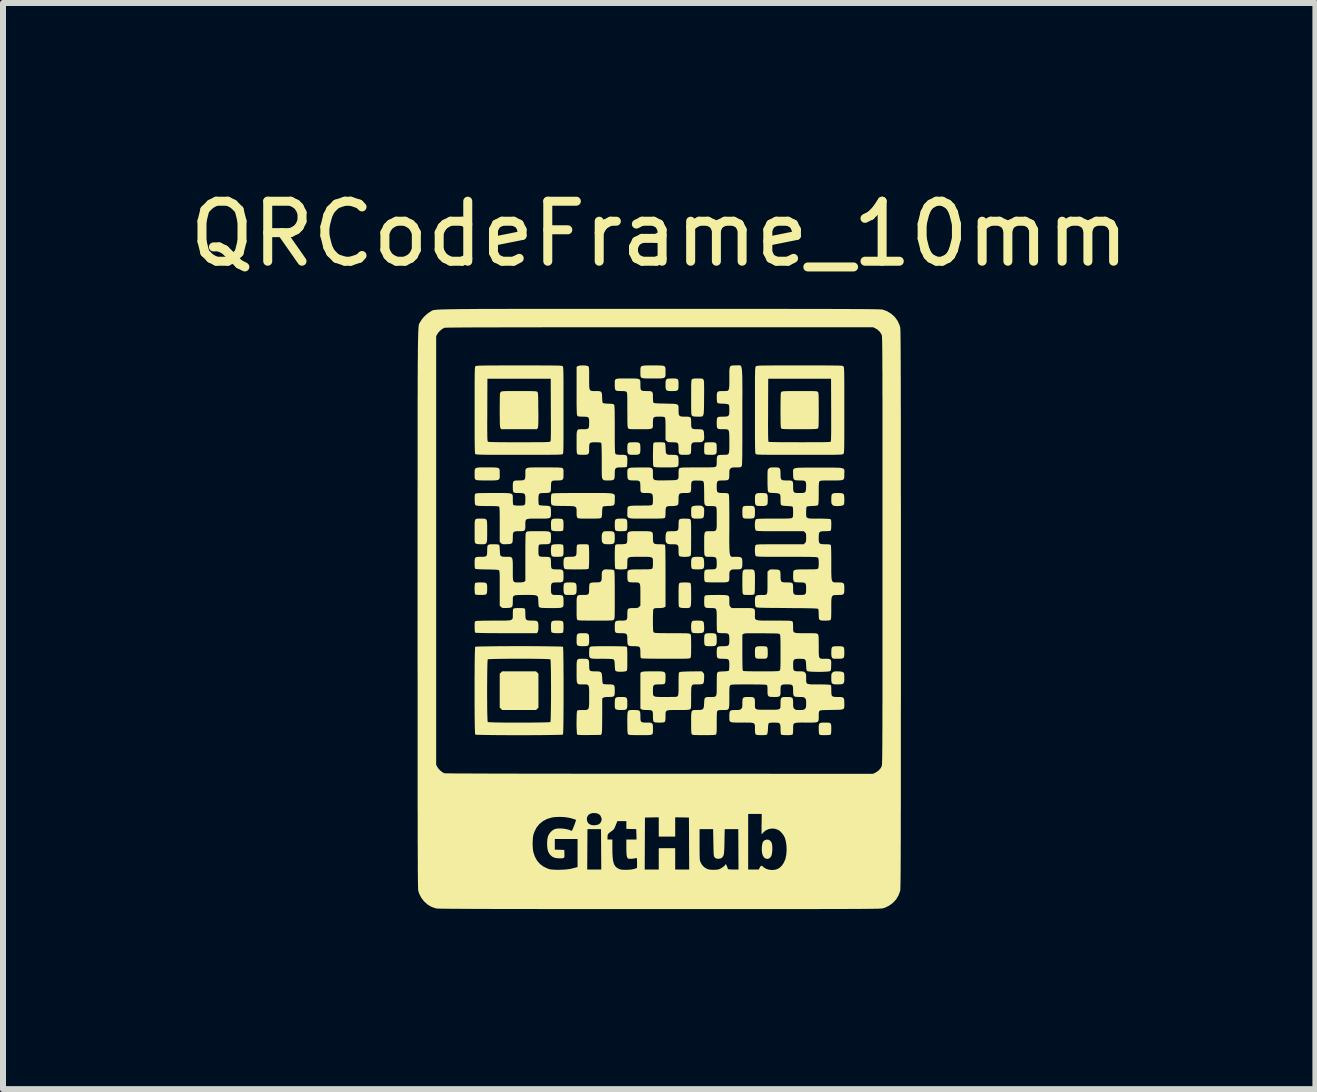
<source format=kicad_pcb>
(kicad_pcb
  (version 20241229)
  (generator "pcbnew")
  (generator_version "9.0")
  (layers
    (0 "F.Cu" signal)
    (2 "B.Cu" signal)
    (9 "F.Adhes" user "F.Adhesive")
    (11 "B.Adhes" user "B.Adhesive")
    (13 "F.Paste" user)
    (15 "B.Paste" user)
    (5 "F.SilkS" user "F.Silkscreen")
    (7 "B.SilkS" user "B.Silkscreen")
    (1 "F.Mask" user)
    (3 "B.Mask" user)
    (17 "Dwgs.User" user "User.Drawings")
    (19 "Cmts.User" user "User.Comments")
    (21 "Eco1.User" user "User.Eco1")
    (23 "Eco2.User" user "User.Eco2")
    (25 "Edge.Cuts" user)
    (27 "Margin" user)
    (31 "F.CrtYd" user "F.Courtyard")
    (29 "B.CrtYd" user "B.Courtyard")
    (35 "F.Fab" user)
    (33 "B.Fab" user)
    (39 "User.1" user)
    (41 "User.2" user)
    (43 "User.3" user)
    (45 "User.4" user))
  (footprint "QRCodeFrame_10mm"
    (layer "F.Cu")
    (at 7.935 7.098)
    (property "Reference" "QRCodeFrame_10mm" (at 0 -6.25 0) (layer "F.SilkS") (effects (font (size 1 1) (thickness 0.15))))
    (attr board_only exclude_from_pos_files exclude_from_bom)
    (fp_poly (pts (xy -2.033 1.059) (xy -2.013 1.078) (xy -2.013 1.361) (xy -2.013 1.644) (xy -2.033 1.663) (xy -2.053 1.683) (xy -2.335 1.683) (xy -2.618 1.683) (xy -2.638 1.663) (xy -2.658 1.644) (xy -2.658 1.361) (xy -2.658 1.078) (xy -2.638 1.059) (xy -2.618 1.039) (xy -2.335 1.039) (xy -2.053 1.039)) (stroke (width 0) (type solid)) (fill yes) (layer "F.SilkS"))
    (fp_poly (pts (xy 1.825 3.846) (xy 1.853 3.864) (xy 1.872 3.893) (xy 1.876 3.904) (xy 1.882 3.938) (xy 1.885 3.98) (xy 1.884 4.024) (xy 1.88 4.066) (xy 1.873 4.1) (xy 1.869 4.113) (xy 1.848 4.144) (xy 1.821 4.161) (xy 1.791 4.164) (xy 1.761 4.152) (xy 1.748 4.141) (xy 1.728 4.113) (xy 1.715 4.072) (xy 1.709 4.02) (xy 1.71 3.965) (xy 1.716 3.92) (xy 1.725 3.888) (xy 1.738 3.867) (xy 1.757 3.853) (xy 1.792 3.842)) (stroke (width 0) (type solid)) (fill yes) (layer "F.SilkS"))
    (fp_poly (pts (xy -0.594 -1.506) (xy -0.565 -1.503) (xy -0.547 -1.494) (xy -0.537 -1.479) (xy -0.533 -1.453) (xy -0.532 -1.414) (xy -0.532 -1.397) (xy -0.532 -1.357) (xy -0.535 -1.329) (xy -0.542 -1.311) (xy -0.557 -1.302) (xy -0.583 -1.298) (xy -0.62 -1.297) (xy -0.639 -1.297) (xy -0.678 -1.297) (xy -0.704 -1.3) (xy -0.721 -1.304) (xy -0.728 -1.309) (xy -0.734 -1.319) (xy -0.738 -1.337) (xy -0.74 -1.365) (xy -0.741 -1.401) (xy -0.74 -1.444) (xy -0.737 -1.473) (xy -0.729 -1.491) (xy -0.712 -1.501) (xy -0.686 -1.505) (xy -0.646 -1.506) (xy -0.636 -1.506)) (stroke (width 0) (type solid)) (fill yes) (layer "F.SilkS"))
    (fp_poly (pts (xy -2.932 -0.442) (xy -2.902 -0.439) (xy -2.883 -0.43) (xy -2.872 -0.414) (xy -2.868 -0.388) (xy -2.867 -0.348) (xy -2.867 -0.337) (xy -2.868 -0.296) (xy -2.871 -0.267) (xy -2.88 -0.249) (xy -2.897 -0.239) (xy -2.924 -0.235) (xy -2.964 -0.234) (xy -2.977 -0.234) (xy -3.02 -0.235) (xy -3.05 -0.238) (xy -3.066 -0.243) (xy -3.067 -0.243) (xy -3.071 -0.256) (xy -3.074 -0.28) (xy -3.076 -0.312) (xy -3.077 -0.347) (xy -3.076 -0.381) (xy -3.073 -0.41) (xy -3.069 -0.429) (xy -3.067 -0.433) (xy -3.053 -0.438) (xy -3.024 -0.442) (xy -2.982 -0.443) (xy -2.975 -0.443)) (stroke (width 0) (type solid)) (fill yes) (layer "F.SilkS"))
    (fp_poly (pts (xy -1.656 -1.505) (xy -1.627 -1.502) (xy -1.61 -1.494) (xy -1.6 -1.478) (xy -1.596 -1.452) (xy -1.595 -1.413) (xy -1.595 -1.398) (xy -1.596 -1.354) (xy -1.599 -1.323) (xy -1.603 -1.307) (xy -1.604 -1.306) (xy -1.618 -1.301) (xy -1.643 -1.297) (xy -1.676 -1.296) (xy -1.711 -1.296) (xy -1.744 -1.298) (xy -1.772 -1.302) (xy -1.789 -1.308) (xy -1.791 -1.309) (xy -1.798 -1.32) (xy -1.801 -1.337) (xy -1.803 -1.365) (xy -1.804 -1.401) (xy -1.803 -1.443) (xy -1.8 -1.472) (xy -1.791 -1.491) (xy -1.774 -1.501) (xy -1.746 -1.505) (xy -1.706 -1.506) (xy -1.697 -1.506)) (stroke (width 0) (type solid)) (fill yes) (layer "F.SilkS"))
    (fp_poly (pts (xy -1.656 0.194) (xy -1.627 0.197) (xy -1.61 0.205) (xy -1.6 0.221) (xy -1.596 0.248) (xy -1.595 0.287) (xy -1.595 0.301) (xy -1.596 0.345) (xy -1.599 0.376) (xy -1.603 0.392) (xy -1.604 0.393) (xy -1.618 0.398) (xy -1.643 0.402) (xy -1.676 0.403) (xy -1.711 0.403) (xy -1.744 0.401) (xy -1.772 0.397) (xy -1.789 0.392) (xy -1.791 0.39) (xy -1.798 0.38) (xy -1.801 0.362) (xy -1.803 0.334) (xy -1.804 0.299) (xy -1.803 0.256) (xy -1.8 0.227) (xy -1.791 0.208) (xy -1.774 0.198) (xy -1.746 0.194) (xy -1.706 0.193) (xy -1.697 0.193)) (stroke (width 0) (type solid)) (fill yes) (layer "F.SilkS"))
    (fp_poly (pts (xy 0.682 -0.869) (xy 0.711 -0.866) (xy 0.73 -0.857) (xy 0.74 -0.841) (xy 0.745 -0.815) (xy 0.748 -0.777) (xy 0.748 -0.774) (xy 0.749 -0.729) (xy 0.746 -0.698) (xy 0.738 -0.678) (xy 0.721 -0.667) (xy 0.693 -0.662) (xy 0.653 -0.66) (xy 0.641 -0.66) (xy 0.6 -0.661) (xy 0.572 -0.663) (xy 0.555 -0.667) (xy 0.545 -0.673) (xy 0.544 -0.673) (xy 0.538 -0.684) (xy 0.534 -0.702) (xy 0.532 -0.731) (xy 0.532 -0.762) (xy 0.532 -0.805) (xy 0.537 -0.835) (xy 0.547 -0.854) (xy 0.565 -0.864) (xy 0.594 -0.869) (xy 0.637 -0.87) (xy 0.639 -0.87)) (stroke (width 0) (type solid)) (fill yes) (layer "F.SilkS"))
    (fp_poly (pts (xy 1.747 0.621) (xy 1.776 0.624) (xy 1.794 0.632) (xy 1.803 0.648) (xy 1.807 0.674) (xy 1.808 0.714) (xy 1.808 0.725) (xy 1.808 0.767) (xy 1.804 0.797) (xy 1.796 0.815) (xy 1.78 0.825) (xy 1.754 0.829) (xy 1.715 0.829) (xy 1.704 0.829) (xy 1.665 0.829) (xy 1.639 0.827) (xy 1.622 0.824) (xy 1.612 0.819) (xy 1.608 0.815) (xy 1.601 0.804) (xy 1.597 0.786) (xy 1.595 0.758) (xy 1.595 0.723) (xy 1.595 0.682) (xy 1.599 0.654) (xy 1.607 0.636) (xy 1.624 0.626) (xy 1.651 0.621) (xy 1.691 0.62) (xy 1.705 0.62)) (stroke (width 0) (type solid)) (fill yes) (layer "F.SilkS"))
    (fp_poly (pts (xy -1.651 -1.079) (xy -1.623 -1.076) (xy -1.606 -1.071) (xy -1.604 -1.069) (xy -1.599 -1.056) (xy -1.596 -1.027) (xy -1.595 -0.984) (xy -1.595 -0.977) (xy -1.595 -0.934) (xy -1.598 -0.904) (xy -1.606 -0.885) (xy -1.621 -0.875) (xy -1.647 -0.871) (xy -1.684 -0.87) (xy -1.699 -0.87) (xy -1.736 -0.87) (xy -1.762 -0.872) (xy -1.778 -0.876) (xy -1.788 -0.882) (xy -1.791 -0.884) (xy -1.798 -0.901) (xy -1.802 -0.928) (xy -1.805 -0.961) (xy -1.805 -0.997) (xy -1.802 -1.029) (xy -1.797 -1.055) (xy -1.791 -1.066) (xy -1.777 -1.072) (xy -1.752 -1.077) (xy -1.72 -1.079) (xy -1.684 -1.08)) (stroke (width 0) (type solid)) (fill yes) (layer "F.SilkS"))
    (fp_poly (pts (xy -1.442 -0.442) (xy -1.412 -0.439) (xy -1.393 -0.429) (xy -1.383 -0.413) (xy -1.378 -0.385) (xy -1.377 -0.345) (xy -1.377 -0.338) (xy -1.378 -0.296) (xy -1.382 -0.267) (xy -1.391 -0.249) (xy -1.409 -0.239) (xy -1.437 -0.235) (xy -1.478 -0.234) (xy -1.486 -0.234) (xy -1.524 -0.234) (xy -1.549 -0.235) (xy -1.565 -0.238) (xy -1.574 -0.243) (xy -1.581 -0.25) (xy -1.582 -0.251) (xy -1.589 -0.268) (xy -1.593 -0.296) (xy -1.595 -0.336) (xy -1.595 -0.338) (xy -1.594 -0.38) (xy -1.59 -0.409) (xy -1.581 -0.428) (xy -1.563 -0.438) (xy -1.535 -0.442) (xy -1.493 -0.443) (xy -1.486 -0.443)) (stroke (width 0) (type solid)) (fill yes) (layer "F.SilkS"))
    (fp_poly (pts (xy -1.23 0.403) (xy -1.201 0.407) (xy -1.183 0.417) (xy -1.173 0.434) (xy -1.169 0.463) (xy -1.168 0.504) (xy -1.168 0.511) (xy -1.168 0.555) (xy -1.172 0.585) (xy -1.181 0.604) (xy -1.198 0.615) (xy -1.225 0.619) (xy -1.265 0.62) (xy -1.272 0.62) (xy -1.313 0.619) (xy -1.341 0.615) (xy -1.359 0.608) (xy -1.359 0.608) (xy -1.367 0.601) (xy -1.372 0.591) (xy -1.375 0.577) (xy -1.377 0.553) (xy -1.377 0.516) (xy -1.377 0.511) (xy -1.376 0.468) (xy -1.373 0.438) (xy -1.364 0.419) (xy -1.347 0.408) (xy -1.319 0.404) (xy -1.28 0.403) (xy -1.272 0.403)) (stroke (width 0) (type solid)) (fill yes) (layer "F.SilkS"))
    (fp_poly (pts (xy -0.594 1.466) (xy -0.565 1.47) (xy -0.547 1.48) (xy -0.537 1.497) (xy -0.532 1.526) (xy -0.532 1.567) (xy -0.532 1.574) (xy -0.532 1.618) (xy -0.536 1.648) (xy -0.545 1.667) (xy -0.562 1.678) (xy -0.589 1.682) (xy -0.629 1.683) (xy -0.636 1.683) (xy -0.677 1.682) (xy -0.705 1.678) (xy -0.722 1.671) (xy -0.723 1.671) (xy -0.731 1.664) (xy -0.736 1.655) (xy -0.739 1.64) (xy -0.741 1.616) (xy -0.741 1.579) (xy -0.741 1.574) (xy -0.74 1.531) (xy -0.737 1.501) (xy -0.727 1.482) (xy -0.71 1.471) (xy -0.683 1.467) (xy -0.643 1.466) (xy -0.636 1.466)) (stroke (width 0) (type solid)) (fill yes) (layer "F.SilkS"))
    (fp_poly (pts (xy -0.377 -2.778) (xy -0.348 -2.774) (xy -0.329 -2.764) (xy -0.319 -2.746) (xy -0.315 -2.718) (xy -0.314 -2.676) (xy -0.314 -2.672) (xy -0.315 -2.631) (xy -0.319 -2.602) (xy -0.33 -2.584) (xy -0.349 -2.574) (xy -0.379 -2.57) (xy -0.422 -2.569) (xy -0.423 -2.569) (xy -0.46 -2.569) (xy -0.484 -2.571) (xy -0.5 -2.575) (xy -0.511 -2.581) (xy -0.515 -2.585) (xy -0.523 -2.595) (xy -0.528 -2.608) (xy -0.531 -2.629) (xy -0.531 -2.661) (xy -0.532 -2.676) (xy -0.531 -2.717) (xy -0.527 -2.745) (xy -0.519 -2.763) (xy -0.502 -2.773) (xy -0.475 -2.777) (xy -0.435 -2.778) (xy -0.421 -2.778)) (stroke (width 0) (type solid)) (fill yes) (layer "F.SilkS"))
    (fp_poly (pts (xy 0.256 -3.841) (xy 0.287 -3.838) (xy 0.306 -3.829) (xy 0.316 -3.814) (xy 0.321 -3.788) (xy 0.322 -3.751) (xy 0.322 -3.74) (xy 0.321 -3.696) (xy 0.318 -3.667) (xy 0.308 -3.648) (xy 0.291 -3.637) (xy 0.263 -3.633) (xy 0.223 -3.632) (xy 0.217 -3.632) (xy 0.179 -3.632) (xy 0.154 -3.634) (xy 0.137 -3.637) (xy 0.126 -3.643) (xy 0.121 -3.648) (xy 0.113 -3.659) (xy 0.108 -3.673) (xy 0.105 -3.694) (xy 0.105 -3.728) (xy 0.105 -3.735) (xy 0.105 -3.778) (xy 0.109 -3.807) (xy 0.119 -3.826) (xy 0.136 -3.836) (xy 0.164 -3.84) (xy 0.206 -3.841) (xy 0.213 -3.841)) (stroke (width 0) (type solid)) (fill yes) (layer "F.SilkS"))
    (fp_poly (pts (xy 0.679 0.194) (xy 0.709 0.197) (xy 0.728 0.205) (xy 0.74 0.22) (xy 0.745 0.244) (xy 0.747 0.28) (xy 0.748 0.289) (xy 0.749 0.334) (xy 0.746 0.365) (xy 0.738 0.385) (xy 0.721 0.396) (xy 0.693 0.401) (xy 0.653 0.403) (xy 0.641 0.403) (xy 0.602 0.402) (xy 0.576 0.401) (xy 0.56 0.397) (xy 0.549 0.392) (xy 0.545 0.388) (xy 0.538 0.371) (xy 0.533 0.343) (xy 0.531 0.309) (xy 0.531 0.274) (xy 0.535 0.242) (xy 0.541 0.218) (xy 0.544 0.211) (xy 0.551 0.203) (xy 0.561 0.198) (xy 0.576 0.195) (xy 0.601 0.194) (xy 0.635 0.193)) (stroke (width 0) (type solid)) (fill yes) (layer "F.SilkS"))
    (fp_poly (pts (xy 0.894 -2.778) (xy 0.924 -2.775) (xy 0.943 -2.767) (xy 0.953 -2.752) (xy 0.957 -2.726) (xy 0.958 -2.689) (xy 0.958 -2.674) (xy 0.958 -2.631) (xy 0.954 -2.602) (xy 0.945 -2.584) (xy 0.928 -2.574) (xy 0.9 -2.57) (xy 0.859 -2.569) (xy 0.853 -2.569) (xy 0.818 -2.57) (xy 0.788 -2.573) (xy 0.768 -2.576) (xy 0.763 -2.578) (xy 0.757 -2.584) (xy 0.753 -2.594) (xy 0.75 -2.613) (xy 0.749 -2.642) (xy 0.749 -2.672) (xy 0.75 -2.719) (xy 0.753 -2.751) (xy 0.758 -2.767) (xy 0.759 -2.769) (xy 0.772 -2.774) (xy 0.801 -2.777) (xy 0.844 -2.778) (xy 0.851 -2.778)) (stroke (width 0) (type solid)) (fill yes) (layer "F.SilkS"))
    (fp_poly (pts (xy 0.897 0.404) (xy 0.925 0.408) (xy 0.943 0.418) (xy 0.953 0.437) (xy 0.957 0.467) (xy 0.958 0.511) (xy 0.958 0.511) (xy 0.958 0.555) (xy 0.953 0.585) (xy 0.943 0.604) (xy 0.925 0.615) (xy 0.896 0.619) (xy 0.854 0.62) (xy 0.851 0.62) (xy 0.814 0.62) (xy 0.789 0.618) (xy 0.774 0.614) (xy 0.764 0.607) (xy 0.762 0.605) (xy 0.756 0.595) (xy 0.752 0.578) (xy 0.75 0.552) (xy 0.749 0.513) (xy 0.749 0.509) (xy 0.75 0.466) (xy 0.754 0.436) (xy 0.763 0.418) (xy 0.781 0.408) (xy 0.809 0.404) (xy 0.851 0.403) (xy 0.855 0.403)) (stroke (width 0) (type solid)) (fill yes) (layer "F.SilkS"))
    (fp_poly (pts (xy 1.533 -1.719) (xy 1.561 -1.716) (xy 1.579 -1.707) (xy 1.589 -1.691) (xy 1.594 -1.664) (xy 1.595 -1.624) (xy 1.595 -1.61) (xy 1.594 -1.568) (xy 1.59 -1.539) (xy 1.581 -1.521) (xy 1.564 -1.511) (xy 1.536 -1.507) (xy 1.495 -1.506) (xy 1.488 -1.506) (xy 1.451 -1.506) (xy 1.426 -1.508) (xy 1.411 -1.512) (xy 1.401 -1.518) (xy 1.398 -1.521) (xy 1.392 -1.531) (xy 1.388 -1.548) (xy 1.386 -1.575) (xy 1.385 -1.614) (xy 1.385 -1.616) (xy 1.386 -1.658) (xy 1.389 -1.687) (xy 1.397 -1.705) (xy 1.413 -1.714) (xy 1.439 -1.718) (xy 1.477 -1.719) (xy 1.492 -1.719)) (stroke (width 0) (type solid)) (fill yes) (layer "F.SilkS"))
    (fp_poly (pts (xy 3.019 0.621) (xy 3.049 0.624) (xy 3.068 0.632) (xy 3.079 0.648) (xy 3.083 0.673) (xy 3.084 0.711) (xy 3.084 0.722) (xy 3.084 0.765) (xy 3.08 0.795) (xy 3.071 0.814) (xy 3.054 0.824) (xy 3.026 0.828) (xy 2.985 0.829) (xy 2.976 0.829) (xy 2.938 0.829) (xy 2.913 0.828) (xy 2.897 0.825) (xy 2.887 0.82) (xy 2.88 0.813) (xy 2.879 0.812) (xy 2.872 0.795) (xy 2.868 0.767) (xy 2.867 0.727) (xy 2.867 0.725) (xy 2.868 0.683) (xy 2.872 0.654) (xy 2.881 0.635) (xy 2.899 0.625) (xy 2.927 0.621) (xy 2.969 0.62) (xy 2.975 0.62)) (stroke (width 0) (type solid)) (fill yes) (layer "F.SilkS"))
    (fp_poly (pts (xy 1.745 -1.932) (xy 1.774 -1.929) (xy 1.793 -1.92) (xy 1.803 -1.904) (xy 1.807 -1.877) (xy 1.808 -1.838) (xy 1.808 -1.828) (xy 1.808 -1.791) (xy 1.806 -1.766) (xy 1.804 -1.75) (xy 1.798 -1.74) (xy 1.79 -1.732) (xy 1.789 -1.731) (xy 1.776 -1.723) (xy 1.758 -1.718) (xy 1.732 -1.716) (xy 1.704 -1.716) (xy 1.672 -1.717) (xy 1.645 -1.718) (xy 1.629 -1.72) (xy 1.627 -1.721) (xy 1.612 -1.729) (xy 1.603 -1.743) (xy 1.597 -1.766) (xy 1.595 -1.801) (xy 1.595 -1.826) (xy 1.595 -1.869) (xy 1.6 -1.899) (xy 1.61 -1.917) (xy 1.629 -1.928) (xy 1.658 -1.932) (xy 1.702 -1.933)) (stroke (width 0) (type solid)) (fill yes) (layer "F.SilkS"))
    (fp_poly (pts (xy 2.806 1.893) (xy 2.834 1.896) (xy 2.852 1.904) (xy 2.862 1.92) (xy 2.866 1.947) (xy 2.867 1.986) (xy 2.867 2) (xy 2.866 2.045) (xy 2.863 2.075) (xy 2.858 2.091) (xy 2.857 2.092) (xy 2.843 2.097) (xy 2.814 2.101) (xy 2.77 2.102) (xy 2.761 2.102) (xy 2.722 2.102) (xy 2.696 2.1) (xy 2.68 2.098) (xy 2.671 2.093) (xy 2.666 2.086) (xy 2.666 2.086) (xy 2.662 2.072) (xy 2.659 2.045) (xy 2.658 2.012) (xy 2.658 1.995) (xy 2.658 1.954) (xy 2.662 1.925) (xy 2.671 1.907) (xy 2.688 1.897) (xy 2.716 1.893) (xy 2.757 1.893) (xy 2.764 1.893)) (stroke (width 0) (type solid)) (fill yes) (layer "F.SilkS"))
    (fp_poly (pts (xy 3.019 -1.932) (xy 3.049 -1.928) (xy 3.068 -1.918) (xy 3.079 -1.9) (xy 3.083 -1.871) (xy 3.084 -1.829) (xy 3.084 -1.826) (xy 3.084 -1.792) (xy 3.082 -1.765) (xy 3.08 -1.747) (xy 3.078 -1.743) (xy 3.062 -1.729) (xy 3.035 -1.72) (xy 2.995 -1.716) (xy 2.972 -1.715) (xy 2.938 -1.716) (xy 2.917 -1.718) (xy 2.902 -1.723) (xy 2.89 -1.731) (xy 2.887 -1.735) (xy 2.877 -1.746) (xy 2.871 -1.758) (xy 2.868 -1.776) (xy 2.867 -1.802) (xy 2.867 -1.828) (xy 2.868 -1.87) (xy 2.872 -1.899) (xy 2.882 -1.917) (xy 2.901 -1.928) (xy 2.931 -1.932) (xy 2.974 -1.933) (xy 2.976 -1.933)) (stroke (width 0) (type solid)) (fill yes) (layer "F.SilkS"))
    (fp_poly (pts (xy -0.806 -1.296) (xy -0.776 -1.292) (xy -0.757 -1.282) (xy -0.746 -1.263) (xy -0.742 -1.234) (xy -0.741 -1.191) (xy -0.741 -1.188) (xy -0.742 -1.144) (xy -0.746 -1.114) (xy -0.756 -1.095) (xy -0.774 -1.085) (xy -0.803 -1.08) (xy -0.844 -1.079) (xy -0.846 -1.079) (xy -0.881 -1.08) (xy -0.905 -1.081) (xy -0.92 -1.085) (xy -0.931 -1.092) (xy -0.939 -1.099) (xy -0.948 -1.11) (xy -0.954 -1.123) (xy -0.957 -1.142) (xy -0.958 -1.17) (xy -0.958 -1.186) (xy -0.958 -1.222) (xy -0.955 -1.246) (xy -0.95 -1.263) (xy -0.942 -1.275) (xy -0.933 -1.285) (xy -0.923 -1.291) (xy -0.909 -1.295) (xy -0.886 -1.296) (xy -0.851 -1.297) (xy -0.849 -1.297)) (stroke (width 0) (type solid)) (fill yes) (layer "F.SilkS"))
    (fp_poly (pts (xy 3.018 1.041) (xy 3.051 1.048) (xy 3.072 1.059) (xy 3.078 1.066) (xy 3.081 1.078) (xy 3.083 1.101) (xy 3.084 1.133) (xy 3.084 1.15) (xy 3.084 1.192) (xy 3.079 1.222) (xy 3.069 1.241) (xy 3.051 1.251) (xy 3.021 1.255) (xy 2.979 1.256) (xy 2.976 1.256) (xy 2.939 1.256) (xy 2.914 1.254) (xy 2.898 1.25) (xy 2.887 1.244) (xy 2.883 1.24) (xy 2.875 1.23) (xy 2.87 1.216) (xy 2.868 1.195) (xy 2.867 1.163) (xy 2.867 1.151) (xy 2.867 1.116) (xy 2.869 1.093) (xy 2.873 1.077) (xy 2.88 1.066) (xy 2.887 1.059) (xy 2.898 1.049) (xy 2.911 1.043) (xy 2.931 1.04) (xy 2.96 1.039) (xy 2.972 1.039)) (stroke (width 0) (type solid)) (fill yes) (layer "F.SilkS"))
    (fp_poly (pts (xy 0.677 -1.723) (xy 0.699 -1.721) (xy 0.714 -1.716) (xy 0.725 -1.707) (xy 0.73 -1.703) (xy 0.739 -1.692) (xy 0.745 -1.682) (xy 0.748 -1.667) (xy 0.749 -1.644) (xy 0.748 -1.609) (xy 0.748 -1.606) (xy 0.746 -1.565) (xy 0.741 -1.537) (xy 0.731 -1.52) (xy 0.714 -1.511) (xy 0.686 -1.507) (xy 0.645 -1.506) (xy 0.639 -1.506) (xy 0.602 -1.506) (xy 0.578 -1.508) (xy 0.562 -1.512) (xy 0.551 -1.519) (xy 0.548 -1.522) (xy 0.54 -1.532) (xy 0.535 -1.546) (xy 0.533 -1.566) (xy 0.532 -1.598) (xy 0.532 -1.613) (xy 0.532 -1.646) (xy 0.534 -1.674) (xy 0.536 -1.692) (xy 0.538 -1.696) (xy 0.554 -1.71) (xy 0.581 -1.719) (xy 0.621 -1.723) (xy 0.644 -1.723)) (stroke (width 0) (type solid)) (fill yes) (layer "F.SilkS"))
    (fp_poly (pts (xy 1.546 -0.66) (xy 1.564 -0.656) (xy 1.577 -0.648) (xy 1.586 -0.633) (xy 1.591 -0.61) (xy 1.594 -0.577) (xy 1.595 -0.532) (xy 1.595 -0.474) (xy 1.595 -0.447) (xy 1.594 -0.386) (xy 1.594 -0.339) (xy 1.593 -0.304) (xy 1.591 -0.279) (xy 1.589 -0.262) (xy 1.586 -0.252) (xy 1.582 -0.246) (xy 1.572 -0.24) (xy 1.554 -0.236) (xy 1.526 -0.234) (xy 1.49 -0.234) (xy 1.45 -0.234) (xy 1.423 -0.236) (xy 1.407 -0.24) (xy 1.398 -0.246) (xy 1.394 -0.252) (xy 1.391 -0.263) (xy 1.388 -0.279) (xy 1.387 -0.304) (xy 1.386 -0.34) (xy 1.385 -0.387) (xy 1.385 -0.447) (xy 1.385 -0.511) (xy 1.386 -0.561) (xy 1.387 -0.598) (xy 1.391 -0.625) (xy 1.399 -0.643) (xy 1.41 -0.653) (xy 1.426 -0.659) (xy 1.448 -0.66) (xy 1.477 -0.66) (xy 1.49 -0.66) (xy 1.521 -0.66)) (stroke (width 0) (type solid)) (fill yes) (layer "F.SilkS"))
    (fp_poly (pts (xy -2.987 -1.506) (xy -2.969 -1.506) (xy -2.939 -1.506) (xy -2.915 -1.505) (xy -2.897 -1.501) (xy -2.884 -1.493) (xy -2.875 -1.478) (xy -2.87 -1.456) (xy -2.868 -1.423) (xy -2.867 -1.378) (xy -2.867 -1.319) (xy -2.867 -1.294) (xy -2.867 -1.23) (xy -2.868 -1.18) (xy -2.869 -1.142) (xy -2.874 -1.115) (xy -2.881 -1.097) (xy -2.893 -1.087) (xy -2.909 -1.081) (xy -2.931 -1.079) (xy -2.959 -1.079) (xy -2.97 -1.079) (xy -3.011 -1.08) (xy -3.039 -1.084) (xy -3.057 -1.091) (xy -3.058 -1.092) (xy -3.064 -1.096) (xy -3.068 -1.102) (xy -3.072 -1.11) (xy -3.074 -1.125) (xy -3.075 -1.146) (xy -3.076 -1.177) (xy -3.076 -1.219) (xy -3.076 -1.274) (xy -3.076 -1.297) (xy -3.076 -1.36) (xy -3.076 -1.41) (xy -3.075 -1.446) (xy -3.071 -1.472) (xy -3.064 -1.49) (xy -3.053 -1.5) (xy -3.038 -1.505) (xy -3.016 -1.506)) (stroke (width 0) (type solid)) (fill yes) (layer "F.SilkS"))
    (fp_poly (pts (xy -2.754 -2.359) (xy -2.718 -2.357) (xy -2.692 -2.353) (xy -2.674 -2.345) (xy -2.664 -2.333) (xy -2.659 -2.315) (xy -2.658 -2.292) (xy -2.658 -2.261) (xy -2.658 -2.251) (xy -2.657 -2.218) (xy -2.658 -2.192) (xy -2.662 -2.173) (xy -2.671 -2.16) (xy -2.686 -2.151) (xy -2.709 -2.146) (xy -2.743 -2.143) (xy -2.788 -2.142) (xy -2.847 -2.142) (xy -2.867 -2.142) (xy -2.926 -2.142) (xy -2.972 -2.143) (xy -3.005 -2.144) (xy -3.029 -2.146) (xy -3.045 -2.149) (xy -3.055 -2.153) (xy -3.058 -2.155) (xy -3.067 -2.162) (xy -3.072 -2.171) (xy -3.075 -2.186) (xy -3.076 -2.21) (xy -3.076 -2.246) (xy -3.076 -2.251) (xy -3.076 -2.284) (xy -3.075 -2.309) (xy -3.072 -2.328) (xy -3.063 -2.342) (xy -3.048 -2.351) (xy -3.025 -2.356) (xy -2.991 -2.359) (xy -2.946 -2.36) (xy -2.887 -2.36) (xy -2.867 -2.36) (xy -2.804 -2.36)) (stroke (width 0) (type solid)) (fill yes) (layer "F.SilkS"))
    (fp_poly (pts (xy 0.008 -4.058) (xy 0.045 -4.056) (xy 0.071 -4.052) (xy 0.088 -4.044) (xy 0.098 -4.032) (xy 0.103 -4.015) (xy 0.105 -3.991) (xy 0.105 -3.96) (xy 0.105 -3.95) (xy 0.105 -3.917) (xy 0.104 -3.892) (xy 0.1 -3.873) (xy 0.091 -3.859) (xy 0.076 -3.85) (xy 0.053 -3.845) (xy 0.02 -3.842) (xy -0.026 -3.841) (xy -0.085 -3.841) (xy -0.105 -3.841) (xy -0.164 -3.842) (xy -0.209 -3.842) (xy -0.243 -3.843) (xy -0.266 -3.845) (xy -0.282 -3.848) (xy -0.293 -3.852) (xy -0.296 -3.854) (xy -0.304 -3.861) (xy -0.309 -3.87) (xy -0.312 -3.885) (xy -0.314 -3.909) (xy -0.314 -3.945) (xy -0.314 -3.95) (xy -0.314 -3.983) (xy -0.313 -4.009) (xy -0.309 -4.028) (xy -0.301 -4.041) (xy -0.286 -4.05) (xy -0.262 -4.055) (xy -0.229 -4.058) (xy -0.184 -4.059) (xy -0.124 -4.059) (xy -0.105 -4.059) (xy -0.041 -4.059)) (stroke (width 0) (type solid)) (fill yes) (layer "F.SilkS"))
    (fp_poly (pts (xy 0.467 -0.442) (xy 0.493 -0.44) (xy 0.51 -0.436) (xy 0.519 -0.43) (xy 0.523 -0.424) (xy 0.526 -0.414) (xy 0.528 -0.397) (xy 0.53 -0.372) (xy 0.531 -0.337) (xy 0.531 -0.289) (xy 0.532 -0.229) (xy 0.532 -0.165) (xy 0.531 -0.115) (xy 0.529 -0.078) (xy 0.525 -0.052) (xy 0.518 -0.034) (xy 0.507 -0.023) (xy 0.491 -0.018) (xy 0.469 -0.016) (xy 0.44 -0.016) (xy 0.427 -0.016) (xy 0.386 -0.017) (xy 0.358 -0.021) (xy 0.341 -0.028) (xy 0.34 -0.029) (xy 0.334 -0.033) (xy 0.33 -0.039) (xy 0.327 -0.048) (xy 0.325 -0.062) (xy 0.323 -0.084) (xy 0.323 -0.115) (xy 0.322 -0.157) (xy 0.322 -0.214) (xy 0.322 -0.229) (xy 0.322 -0.291) (xy 0.323 -0.338) (xy 0.324 -0.373) (xy 0.325 -0.397) (xy 0.328 -0.414) (xy 0.331 -0.424) (xy 0.335 -0.43) (xy 0.345 -0.437) (xy 0.363 -0.44) (xy 0.391 -0.442) (xy 0.427 -0.443)) (stroke (width 0) (type solid)) (fill yes) (layer "F.SilkS"))
    (fp_poly (pts (xy -0.433 1.683) (xy -0.421 1.683) (xy -0.378 1.684) (xy -0.349 1.688) (xy -0.33 1.697) (xy -0.32 1.714) (xy -0.315 1.742) (xy -0.314 1.783) (xy -0.314 1.792) (xy -0.313 1.833) (xy -0.31 1.861) (xy -0.3 1.878) (xy -0.283 1.888) (xy -0.254 1.892) (xy -0.212 1.893) (xy -0.208 1.893) (xy -0.166 1.893) (xy -0.137 1.897) (xy -0.119 1.906) (xy -0.109 1.924) (xy -0.105 1.953) (xy -0.105 1.995) (xy -0.105 1.996) (xy -0.104 2.028) (xy -0.105 2.053) (xy -0.108 2.072) (xy -0.115 2.085) (xy -0.129 2.094) (xy -0.15 2.099) (xy -0.181 2.101) (xy -0.224 2.102) (xy -0.28 2.102) (xy -0.313 2.102) (xy -0.374 2.102) (xy -0.421 2.101) (xy -0.456 2.101) (xy -0.48 2.099) (xy -0.497 2.097) (xy -0.508 2.094) (xy -0.515 2.09) (xy -0.518 2.087) (xy -0.523 2.081) (xy -0.526 2.07) (xy -0.528 2.054) (xy -0.53 2.03) (xy -0.531 1.997) (xy -0.531 1.951) (xy -0.532 1.891) (xy -0.532 1.891) (xy -0.532 1.828) (xy -0.531 1.779) (xy -0.529 1.742) (xy -0.525 1.717) (xy -0.517 1.699) (xy -0.505 1.689) (xy -0.488 1.685) (xy -0.464 1.683)) (stroke (width 0) (type solid)) (fill yes) (layer "F.SilkS"))
    (fp_poly (pts (xy 0.68 -3.841) (xy 0.704 -3.84) (xy 0.72 -3.837) (xy 0.729 -3.832) (xy 0.736 -3.824) (xy 0.737 -3.822) (xy 0.74 -3.815) (xy 0.743 -3.805) (xy 0.745 -3.79) (xy 0.747 -3.768) (xy 0.747 -3.737) (xy 0.748 -3.697) (xy 0.748 -3.645) (xy 0.748 -3.58) (xy 0.747 -3.516) (xy 0.747 -3.436) (xy 0.746 -3.372) (xy 0.745 -3.321) (xy 0.743 -3.281) (xy 0.74 -3.252) (xy 0.734 -3.231) (xy 0.726 -3.217) (xy 0.715 -3.209) (xy 0.701 -3.206) (xy 0.682 -3.205) (xy 0.658 -3.205) (xy 0.639 -3.205) (xy 0.602 -3.206) (xy 0.578 -3.208) (xy 0.562 -3.211) (xy 0.551 -3.218) (xy 0.548 -3.221) (xy 0.543 -3.226) (xy 0.54 -3.232) (xy 0.537 -3.242) (xy 0.535 -3.255) (xy 0.534 -3.276) (xy 0.533 -3.304) (xy 0.532 -3.342) (xy 0.532 -3.391) (xy 0.532 -3.453) (xy 0.532 -3.526) (xy 0.532 -3.602) (xy 0.532 -3.664) (xy 0.532 -3.713) (xy 0.533 -3.75) (xy 0.534 -3.778) (xy 0.536 -3.798) (xy 0.538 -3.811) (xy 0.54 -3.82) (xy 0.544 -3.825) (xy 0.546 -3.828) (xy 0.557 -3.835) (xy 0.574 -3.839) (xy 0.6 -3.841) (xy 0.639 -3.841) (xy 0.643 -3.841)) (stroke (width 0) (type solid)) (fill yes) (layer "F.SilkS"))
    (fp_poly (pts (xy 0.045 -2.778) (xy 0.076 -2.775) (xy 0.092 -2.77) (xy 0.095 -2.768) (xy 0.099 -2.756) (xy 0.102 -2.732) (xy 0.105 -2.7) (xy 0.106 -2.675) (xy 0.108 -2.633) (xy 0.112 -2.603) (xy 0.121 -2.585) (xy 0.137 -2.574) (xy 0.164 -2.57) (xy 0.203 -2.569) (xy 0.219 -2.569) (xy 0.26 -2.568) (xy 0.289 -2.564) (xy 0.307 -2.555) (xy 0.317 -2.537) (xy 0.321 -2.509) (xy 0.322 -2.467) (xy 0.322 -2.46) (xy 0.322 -2.43) (xy 0.321 -2.406) (xy 0.318 -2.389) (xy 0.309 -2.376) (xy 0.295 -2.368) (xy 0.272 -2.363) (xy 0.239 -2.361) (xy 0.195 -2.36) (xy 0.137 -2.36) (xy 0.107 -2.36) (xy 0.046 -2.36) (xy -0.001 -2.36) (xy -0.036 -2.361) (xy -0.06 -2.363) (xy -0.076 -2.365) (xy -0.086 -2.368) (xy -0.092 -2.372) (xy -0.096 -2.379) (xy -0.099 -2.389) (xy -0.102 -2.406) (xy -0.103 -2.432) (xy -0.104 -2.467) (xy -0.105 -2.516) (xy -0.105 -2.566) (xy -0.104 -2.627) (xy -0.103 -2.679) (xy -0.102 -2.72) (xy -0.099 -2.748) (xy -0.097 -2.763) (xy -0.096 -2.763) (xy -0.091 -2.77) (xy -0.082 -2.774) (xy -0.066 -2.777) (xy -0.041 -2.778) (xy -0.002 -2.778) (xy -0.001 -2.778)) (stroke (width 0) (type solid)) (fill yes) (layer "F.SilkS"))
    (fp_poly (pts (xy -2.259 -3.632) (xy -2.195 -3.632) (xy -2.144 -3.631) (xy -2.105 -3.63) (xy -2.076 -3.629) (xy -2.055 -3.627) (xy -2.042 -3.624) (xy -2.034 -3.621) (xy -2.033 -3.621) (xy -2.029 -3.617) (xy -2.026 -3.611) (xy -2.023 -3.602) (xy -2.021 -3.588) (xy -2.019 -3.568) (xy -2.018 -3.539) (xy -2.017 -3.5) (xy -2.016 -3.45) (xy -2.016 -3.386) (xy -2.015 -3.322) (xy -2.014 -3.245) (xy -2.014 -3.182) (xy -2.014 -3.132) (xy -2.015 -3.094) (xy -2.016 -3.065) (xy -2.018 -3.044) (xy -2.02 -3.03) (xy -2.022 -3.02) (xy -2.025 -3.015) (xy -2.038 -2.996) (xy -2.335 -2.996) (xy -2.633 -2.996) (xy -2.645 -3.014) (xy -2.648 -3.02) (xy -2.651 -3.031) (xy -2.653 -3.047) (xy -2.655 -3.07) (xy -2.656 -3.101) (xy -2.657 -3.143) (xy -2.657 -3.196) (xy -2.658 -3.263) (xy -2.658 -3.316) (xy -2.658 -3.391) (xy -2.657 -3.452) (xy -2.657 -3.5) (xy -2.656 -3.537) (xy -2.655 -3.564) (xy -2.654 -3.583) (xy -2.652 -3.597) (xy -2.649 -3.606) (xy -2.645 -3.612) (xy -2.641 -3.616) (xy -2.637 -3.62) (xy -2.63 -3.624) (xy -2.621 -3.626) (xy -2.607 -3.628) (xy -2.587 -3.63) (xy -2.559 -3.631) (xy -2.521 -3.631) (xy -2.472 -3.632) (xy -2.41 -3.632) (xy -2.337 -3.632)) (stroke (width 0) (type solid)) (fill yes) (layer "F.SilkS"))
    (fp_poly (pts (xy -1.232 -1.079) (xy -1.206 -1.078) (xy -1.19 -1.075) (xy -1.181 -1.071) (xy -1.176 -1.064) (xy -1.176 -1.064) (xy -1.173 -1.05) (xy -1.171 -1.022) (xy -1.169 -0.982) (xy -1.168 -0.931) (xy -1.168 -0.871) (xy -1.168 -0.87) (xy -1.168 -0.809) (xy -1.169 -0.758) (xy -1.171 -0.718) (xy -1.173 -0.69) (xy -1.176 -0.676) (xy -1.176 -0.676) (xy -1.179 -0.671) (xy -1.185 -0.667) (xy -1.195 -0.665) (xy -1.211 -0.663) (xy -1.236 -0.661) (xy -1.27 -0.661) (xy -1.317 -0.66) (xy -1.377 -0.66) (xy -1.437 -0.66) (xy -1.484 -0.661) (xy -1.518 -0.661) (xy -1.543 -0.662) (xy -1.559 -0.664) (xy -1.569 -0.667) (xy -1.576 -0.671) (xy -1.581 -0.676) (xy -1.582 -0.678) (xy -1.589 -0.695) (xy -1.593 -0.721) (xy -1.595 -0.76) (xy -1.595 -0.767) (xy -1.594 -0.808) (xy -1.589 -0.837) (xy -1.579 -0.855) (xy -1.56 -0.865) (xy -1.53 -0.869) (xy -1.486 -0.87) (xy -1.486 -0.87) (xy -1.443 -0.871) (xy -1.413 -0.875) (xy -1.394 -0.884) (xy -1.383 -0.902) (xy -1.378 -0.931) (xy -1.377 -0.972) (xy -1.377 -0.981) (xy -1.376 -1.024) (xy -1.373 -1.054) (xy -1.368 -1.069) (xy -1.367 -1.069) (xy -1.354 -1.075) (xy -1.324 -1.078) (xy -1.281 -1.079) (xy -1.271 -1.079)) (stroke (width 0) (type solid)) (fill yes) (layer "F.SilkS"))
    (fp_poly (pts (xy -0.762 0.62) (xy -0.694 0.621) (xy -0.64 0.622) (xy -0.599 0.623) (xy -0.57 0.624) (xy -0.551 0.627) (xy -0.542 0.629) (xy -0.541 0.63) (xy -0.538 0.639) (xy -0.535 0.658) (xy -0.533 0.69) (xy -0.532 0.734) (xy -0.532 0.793) (xy -0.532 0.83) (xy -0.532 0.891) (xy -0.532 0.938) (xy -0.533 0.973) (xy -0.534 0.998) (xy -0.537 1.014) (xy -0.539 1.025) (xy -0.543 1.031) (xy -0.545 1.032) (xy -0.561 1.038) (xy -0.588 1.043) (xy -0.621 1.045) (xy -0.656 1.046) (xy -0.688 1.044) (xy -0.711 1.039) (xy -0.717 1.037) (xy -0.726 1.031) (xy -0.732 1.024) (xy -0.736 1.011) (xy -0.738 0.989) (xy -0.74 0.956) (xy -0.741 0.939) (xy -0.743 0.9) (xy -0.746 0.873) (xy -0.75 0.856) (xy -0.755 0.846) (xy -0.761 0.841) (xy -0.769 0.837) (xy -0.784 0.834) (xy -0.807 0.832) (xy -0.84 0.831) (xy -0.885 0.83) (xy -0.944 0.829) (xy -0.959 0.829) (xy -1.022 0.83) (xy -1.071 0.829) (xy -1.108 0.827) (xy -1.134 0.823) (xy -1.151 0.816) (xy -1.161 0.804) (xy -1.166 0.787) (xy -1.168 0.765) (xy -1.168 0.735) (xy -1.168 0.723) (xy -1.167 0.686) (xy -1.165 0.661) (xy -1.162 0.646) (xy -1.155 0.636) (xy -1.153 0.633) (xy -1.148 0.63) (xy -1.139 0.627) (xy -1.127 0.625) (xy -1.108 0.623) (xy -1.081 0.622) (xy -1.045 0.621) (xy -0.997 0.62) (xy -0.938 0.62) (xy -0.864 0.62) (xy -0.845 0.62)) (stroke (width 0) (type solid)) (fill yes) (layer "F.SilkS"))
    (fp_poly (pts (xy 0.467 -1.505) (xy 0.493 -1.503) (xy 0.51 -1.499) (xy 0.519 -1.493) (xy 0.522 -1.488) (xy 0.525 -1.48) (xy 0.527 -1.466) (xy 0.529 -1.445) (xy 0.53 -1.416) (xy 0.531 -1.377) (xy 0.531 -1.327) (xy 0.531 -1.264) (xy 0.532 -1.189) (xy 0.531 -1.112) (xy 0.531 -1.05) (xy 0.531 -1.001) (xy 0.53 -0.963) (xy 0.529 -0.934) (xy 0.528 -0.914) (xy 0.526 -0.901) (xy 0.523 -0.892) (xy 0.52 -0.886) (xy 0.517 -0.883) (xy 0.501 -0.876) (xy 0.473 -0.871) (xy 0.44 -0.869) (xy 0.404 -0.869) (xy 0.372 -0.872) (xy 0.347 -0.876) (xy 0.335 -0.882) (xy 0.328 -0.893) (xy 0.324 -0.912) (xy 0.322 -0.941) (xy 0.322 -0.969) (xy 0.321 -1.013) (xy 0.318 -1.043) (xy 0.309 -1.063) (xy 0.293 -1.073) (xy 0.266 -1.078) (xy 0.228 -1.079) (xy 0.221 -1.079) (xy 0.184 -1.079) (xy 0.16 -1.081) (xy 0.145 -1.085) (xy 0.133 -1.091) (xy 0.124 -1.099) (xy 0.114 -1.111) (xy 0.109 -1.124) (xy 0.106 -1.143) (xy 0.105 -1.172) (xy 0.105 -1.184) (xy 0.107 -1.23) (xy 0.113 -1.263) (xy 0.125 -1.284) (xy 0.132 -1.29) (xy 0.144 -1.293) (xy 0.167 -1.295) (xy 0.199 -1.296) (xy 0.219 -1.296) (xy 0.26 -1.297) (xy 0.289 -1.301) (xy 0.307 -1.311) (xy 0.317 -1.328) (xy 0.321 -1.356) (xy 0.322 -1.398) (xy 0.322 -1.407) (xy 0.323 -1.447) (xy 0.326 -1.475) (xy 0.335 -1.492) (xy 0.352 -1.501) (xy 0.379 -1.505) (xy 0.419 -1.506) (xy 0.427 -1.506)) (stroke (width 0) (type solid)) (fill yes) (layer "F.SilkS"))
    (fp_poly (pts (xy -2.293 -0.015) (xy -2.264 -0.013) (xy -2.245 -0.009) (xy -2.24 -0.006) (xy -2.235 0.007) (xy -2.232 0.036) (xy -2.231 0.078) (xy -2.231 0.082) (xy -2.23 0.126) (xy -2.226 0.157) (xy -2.217 0.176) (xy -2.199 0.187) (xy -2.171 0.192) (xy -2.13 0.193) (xy -2.122 0.193) (xy -2.078 0.194) (xy -2.048 0.198) (xy -2.029 0.208) (xy -2.019 0.226) (xy -2.014 0.255) (xy -2.013 0.296) (xy -2.013 0.296) (xy -2.014 0.337) (xy -2.018 0.365) (xy -2.025 0.383) (xy -2.026 0.385) (xy -2.038 0.403) (xy -2.548 0.403) (xy -2.657 0.403) (xy -2.752 0.402) (xy -2.832 0.402) (xy -2.899 0.401) (xy -2.953 0.4) (xy -2.996 0.399) (xy -3.028 0.398) (xy -3.049 0.397) (xy -3.062 0.395) (xy -3.067 0.393) (xy -3.072 0.379) (xy -3.075 0.35) (xy -3.076 0.306) (xy -3.076 0.297) (xy -3.076 0.258) (xy -3.075 0.232) (xy -3.072 0.216) (xy -3.068 0.207) (xy -3.061 0.202) (xy -3.061 0.202) (xy -3.048 0.199) (xy -3.02 0.197) (xy -2.977 0.196) (xy -2.92 0.194) (xy -2.851 0.194) (xy -2.768 0.193) (xy -2.759 0.193) (xy -2.679 0.193) (xy -2.613 0.193) (xy -2.561 0.193) (xy -2.52 0.191) (xy -2.49 0.188) (xy -2.468 0.182) (xy -2.454 0.174) (xy -2.445 0.163) (xy -2.441 0.147) (xy -2.44 0.128) (xy -2.44 0.104) (xy -2.44 0.082) (xy -2.439 0.039) (xy -2.436 0.009) (xy -2.431 -0.006) (xy -2.43 -0.006) (xy -2.418 -0.011) (xy -2.393 -0.014) (xy -2.362 -0.016) (xy -2.327 -0.016)) (stroke (width 0) (type solid)) (fill yes) (layer "F.SilkS"))
    (fp_poly (pts (xy 2.417 -3.632) (xy 2.479 -3.632) (xy 2.528 -3.631) (xy 2.566 -3.631) (xy 2.594 -3.63) (xy 2.614 -3.628) (xy 2.627 -3.626) (xy 2.636 -3.623) (xy 2.642 -3.62) (xy 2.644 -3.617) (xy 2.648 -3.612) (xy 2.651 -3.604) (xy 2.653 -3.591) (xy 2.655 -3.572) (xy 2.656 -3.545) (xy 2.657 -3.508) (xy 2.657 -3.461) (xy 2.657 -3.401) (xy 2.658 -3.326) (xy 2.658 -3.313) (xy 2.658 -3.236) (xy 2.657 -3.174) (xy 2.657 -3.126) (xy 2.656 -3.088) (xy 2.655 -3.06) (xy 2.654 -3.04) (xy 2.652 -3.026) (xy 2.649 -3.017) (xy 2.646 -3.012) (xy 2.643 -3.009) (xy 2.638 -3.006) (xy 2.629 -3.003) (xy 2.616 -3.001) (xy 2.597 -2.999) (xy 2.57 -2.998) (xy 2.534 -2.997) (xy 2.486 -2.996) (xy 2.426 -2.996) (xy 2.352 -2.996) (xy 2.337 -2.996) (xy 2.26 -2.996) (xy 2.197 -2.996) (xy 2.148 -2.997) (xy 2.109 -2.997) (xy 2.081 -2.999) (xy 2.061 -3) (xy 2.047 -3.003) (xy 2.039 -3.005) (xy 2.034 -3.008) (xy 2.031 -3.013) (xy 2.028 -3.022) (xy 2.026 -3.036) (xy 2.024 -3.057) (xy 2.023 -3.086) (xy 2.022 -3.124) (xy 2.022 -3.175) (xy 2.021 -3.238) (xy 2.021 -3.313) (xy 2.021 -3.39) (xy 2.022 -3.452) (xy 2.022 -3.501) (xy 2.023 -3.539) (xy 2.024 -3.567) (xy 2.025 -3.587) (xy 2.027 -3.601) (xy 2.03 -3.61) (xy 2.033 -3.616) (xy 2.036 -3.619) (xy 2.041 -3.622) (xy 2.05 -3.625) (xy 2.063 -3.627) (xy 2.082 -3.629) (xy 2.109 -3.63) (xy 2.145 -3.631) (xy 2.193 -3.632) (xy 2.253 -3.632) (xy 2.327 -3.632) (xy 2.341 -3.632)) (stroke (width 0) (type solid)) (fill yes) (layer "F.SilkS"))
    (fp_poly (pts (xy -0.935 -1.933) (xy -0.882 -1.932) (xy -0.839 -1.93) (xy -0.806 -1.927) (xy -0.781 -1.923) (xy -0.763 -1.917) (xy -0.751 -1.909) (xy -0.744 -1.9) (xy -0.74 -1.888) (xy -0.739 -1.874) (xy -0.74 -1.857) (xy -0.741 -1.838) (xy -0.741 -1.826) (xy -0.741 -1.783) (xy -0.745 -1.753) (xy -0.753 -1.735) (xy -0.77 -1.724) (xy -0.797 -1.719) (xy -0.837 -1.717) (xy -0.847 -1.717) (xy -0.883 -1.715) (xy -0.913 -1.712) (xy -0.933 -1.709) (xy -0.939 -1.706) (xy -0.944 -1.695) (xy -0.948 -1.671) (xy -0.951 -1.636) (xy -0.952 -1.614) (xy -0.953 -1.574) (xy -0.956 -1.548) (xy -0.96 -1.532) (xy -0.965 -1.522) (xy -0.97 -1.517) (xy -0.979 -1.513) (xy -0.994 -1.51) (xy -1.018 -1.508) (xy -1.052 -1.507) (xy -1.098 -1.506) (xy -1.158 -1.506) (xy -1.168 -1.506) (xy -1.227 -1.506) (xy -1.272 -1.506) (xy -1.306 -1.507) (xy -1.329 -1.509) (xy -1.345 -1.511) (xy -1.355 -1.514) (xy -1.361 -1.518) (xy -1.364 -1.521) (xy -1.371 -1.532) (xy -1.375 -1.551) (xy -1.377 -1.58) (xy -1.377 -1.608) (xy -1.377 -1.64) (xy -1.378 -1.665) (xy -1.382 -1.683) (xy -1.39 -1.697) (xy -1.405 -1.706) (xy -1.428 -1.712) (xy -1.46 -1.715) (xy -1.505 -1.716) (xy -1.563 -1.717) (xy -1.593 -1.717) (xy -1.657 -1.718) (xy -1.706 -1.719) (xy -1.743 -1.721) (xy -1.77 -1.725) (xy -1.787 -1.733) (xy -1.797 -1.744) (xy -1.802 -1.761) (xy -1.804 -1.783) (xy -1.804 -1.813) (xy -1.804 -1.828) (xy -1.803 -1.866) (xy -1.802 -1.891) (xy -1.798 -1.907) (xy -1.792 -1.917) (xy -1.789 -1.919) (xy -1.785 -1.922) (xy -1.778 -1.925) (xy -1.768 -1.927) (xy -1.753 -1.928) (xy -1.731 -1.929) (xy -1.702 -1.931) (xy -1.665 -1.931) (xy -1.618 -1.932) (xy -1.56 -1.932) (xy -1.489 -1.933) (xy -1.406 -1.933) (xy -1.308 -1.933) (xy -1.274 -1.933) (xy -1.168 -1.933) (xy -1.076 -1.933) (xy -0.999 -1.933)) (stroke (width 0) (type solid)) (fill yes) (layer "F.SilkS"))
    (fp_poly (pts (xy -0.844 -0.659) (xy -0.841 -0.659) (xy -0.803 -0.657) (xy -0.779 -0.655) (xy -0.764 -0.65) (xy -0.755 -0.644) (xy -0.752 -0.641) (xy -0.75 -0.635) (xy -0.747 -0.624) (xy -0.746 -0.607) (xy -0.744 -0.583) (xy -0.743 -0.55) (xy -0.742 -0.507) (xy -0.742 -0.453) (xy -0.741 -0.387) (xy -0.741 -0.307) (xy -0.741 -0.232) (xy -0.741 -0.142) (xy -0.741 -0.067) (xy -0.741 -0.006) (xy -0.742 0.044) (xy -0.742 0.083) (xy -0.743 0.113) (xy -0.744 0.135) (xy -0.746 0.151) (xy -0.748 0.162) (xy -0.751 0.169) (xy -0.754 0.174) (xy -0.757 0.177) (xy -0.762 0.181) (xy -0.768 0.185) (xy -0.777 0.188) (xy -0.791 0.19) (xy -0.811 0.191) (xy -0.839 0.192) (xy -0.877 0.193) (xy -0.926 0.193) (xy -0.988 0.193) (xy -1.062 0.193) (xy -1.14 0.193) (xy -1.202 0.193) (xy -1.252 0.192) (xy -1.29 0.192) (xy -1.318 0.19) (xy -1.338 0.189) (xy -1.352 0.187) (xy -1.36 0.184) (xy -1.364 0.181) (xy -1.369 0.174) (xy -1.372 0.164) (xy -1.374 0.147) (xy -1.376 0.122) (xy -1.377 0.087) (xy -1.377 0.039) (xy -1.377 -0.019) (xy -1.377 -0.084) (xy -1.377 -0.134) (xy -1.375 -0.171) (xy -1.371 -0.198) (xy -1.364 -0.216) (xy -1.353 -0.226) (xy -1.337 -0.232) (xy -1.315 -0.234) (xy -1.287 -0.234) (xy -1.271 -0.234) (xy -1.229 -0.234) (xy -1.2 -0.238) (xy -1.182 -0.247) (xy -1.173 -0.264) (xy -1.169 -0.292) (xy -1.168 -0.334) (xy -1.168 -0.34) (xy -1.167 -0.382) (xy -1.163 -0.411) (xy -1.154 -0.429) (xy -1.136 -0.438) (xy -1.108 -0.442) (xy -1.066 -0.443) (xy -1.023 -0.444) (xy -0.993 -0.447) (xy -0.974 -0.457) (xy -0.964 -0.474) (xy -0.959 -0.501) (xy -0.958 -0.541) (xy -0.958 -0.544) (xy -0.958 -0.581) (xy -0.957 -0.605) (xy -0.953 -0.62) (xy -0.947 -0.632) (xy -0.938 -0.641) (xy -0.927 -0.651) (xy -0.917 -0.657) (xy -0.902 -0.66) (xy -0.879 -0.66)) (stroke (width 0) (type solid)) (fill yes) (layer "F.SilkS"))
    (fp_poly (pts (xy -1.271 0.829) (xy -1.229 0.83) (xy -1.201 0.834) (xy -1.183 0.843) (xy -1.173 0.86) (xy -1.169 0.888) (xy -1.168 0.929) (xy -1.168 0.936) (xy -1.167 0.978) (xy -1.164 1.007) (xy -1.155 1.025) (xy -1.138 1.034) (xy -1.111 1.038) (xy -1.071 1.039) (xy -1.067 1.039) (xy -1.024 1.04) (xy -0.993 1.043) (xy -0.973 1.053) (xy -0.961 1.07) (xy -0.955 1.098) (xy -0.951 1.139) (xy -0.95 1.155) (xy -0.948 1.197) (xy -0.944 1.225) (xy -0.94 1.242) (xy -0.934 1.248) (xy -0.921 1.252) (xy -0.896 1.254) (xy -0.864 1.256) (xy -0.845 1.256) (xy -0.803 1.257) (xy -0.774 1.261) (xy -0.756 1.27) (xy -0.746 1.287) (xy -0.742 1.315) (xy -0.741 1.356) (xy -0.741 1.362) (xy -0.742 1.405) (xy -0.745 1.434) (xy -0.755 1.452) (xy -0.773 1.461) (xy -0.801 1.465) (xy -0.842 1.466) (xy -0.884 1.467) (xy -0.912 1.47) (xy -0.93 1.477) (xy -0.932 1.478) (xy -0.95 1.491) (xy -0.95 1.774) (xy -0.951 1.856) (xy -0.951 1.923) (xy -0.952 1.976) (xy -0.953 2.016) (xy -0.955 2.046) (xy -0.957 2.066) (xy -0.96 2.077) (xy -0.961 2.078) (xy -0.971 2.098) (xy -1.164 2.1) (xy -1.23 2.101) (xy -1.282 2.1) (xy -1.32 2.099) (xy -1.346 2.098) (xy -1.361 2.095) (xy -1.367 2.092) (xy -1.371 2.081) (xy -1.373 2.057) (xy -1.375 2.022) (xy -1.377 1.979) (xy -1.378 1.931) (xy -1.378 1.881) (xy -1.377 1.832) (xy -1.376 1.786) (xy -1.375 1.747) (xy -1.372 1.716) (xy -1.369 1.697) (xy -1.367 1.693) (xy -1.354 1.688) (xy -1.325 1.684) (xy -1.283 1.683) (xy -1.279 1.683) (xy -1.246 1.683) (xy -1.22 1.682) (xy -1.2 1.678) (xy -1.187 1.67) (xy -1.177 1.655) (xy -1.172 1.632) (xy -1.169 1.599) (xy -1.168 1.555) (xy -1.168 1.496) (xy -1.168 1.467) (xy -1.168 1.403) (xy -1.168 1.354) (xy -1.17 1.317) (xy -1.174 1.291) (xy -1.181 1.273) (xy -1.193 1.263) (xy -1.209 1.258) (xy -1.232 1.256) (xy -1.261 1.256) (xy -1.274 1.256) (xy -1.305 1.256) (xy -1.329 1.256) (xy -1.347 1.252) (xy -1.36 1.244) (xy -1.368 1.229) (xy -1.374 1.207) (xy -1.376 1.174) (xy -1.377 1.13) (xy -1.377 1.072) (xy -1.377 1.041) (xy -1.377 0.978) (xy -1.377 0.928) (xy -1.375 0.891) (xy -1.371 0.864) (xy -1.364 0.847) (xy -1.352 0.836) (xy -1.336 0.831) (xy -1.314 0.829) (xy -1.285 0.829)) (stroke (width 0) (type solid)) (fill yes) (layer "F.SilkS"))
    (fp_poly (pts (xy 0.73 1.059) (xy 0.739 1.07) (xy 0.745 1.08) (xy 0.748 1.095) (xy 0.749 1.118) (xy 0.748 1.152) (xy 0.748 1.157) (xy 0.746 1.197) (xy 0.741 1.224) (xy 0.732 1.242) (xy 0.715 1.251) (xy 0.688 1.255) (xy 0.648 1.256) (xy 0.635 1.256) (xy 0.604 1.256) (xy 0.58 1.257) (xy 0.562 1.261) (xy 0.549 1.269) (xy 0.541 1.284) (xy 0.535 1.307) (xy 0.533 1.34) (xy 0.532 1.384) (xy 0.531 1.442) (xy 0.532 1.475) (xy 0.531 1.534) (xy 0.531 1.579) (xy 0.531 1.612) (xy 0.529 1.635) (xy 0.527 1.65) (xy 0.524 1.66) (xy 0.52 1.666) (xy 0.514 1.67) (xy 0.514 1.671) (xy 0.505 1.675) (xy 0.492 1.678) (xy 0.473 1.68) (xy 0.445 1.682) (xy 0.406 1.683) (xy 0.355 1.683) (xy 0.313 1.683) (xy 0.249 1.683) (xy 0.201 1.684) (xy 0.164 1.685) (xy 0.138 1.69) (xy 0.121 1.698) (xy 0.111 1.71) (xy 0.106 1.728) (xy 0.105 1.753) (xy 0.105 1.785) (xy 0.105 1.797) (xy 0.104 1.836) (xy 0.101 1.862) (xy 0.093 1.879) (xy 0.078 1.888) (xy 0.052 1.892) (xy 0.013 1.893) (xy -0.002 1.893) (xy -0.039 1.892) (xy -0.064 1.89) (xy -0.079 1.886) (xy -0.089 1.88) (xy -0.091 1.878) (xy -0.098 1.867) (xy -0.102 1.849) (xy -0.104 1.821) (xy -0.105 1.786) (xy -0.105 1.744) (xy -0.109 1.715) (xy -0.119 1.697) (xy -0.136 1.688) (xy -0.165 1.684) (xy -0.206 1.683) (xy -0.248 1.682) (xy -0.276 1.679) (xy -0.294 1.672) (xy -0.296 1.671) (xy -0.314 1.658) (xy -0.314 1.361) (xy -0.314 1.064) (xy -0.296 1.051) (xy -0.288 1.047) (xy -0.274 1.044) (xy -0.254 1.042) (xy -0.226 1.04) (xy -0.186 1.039) (xy -0.133 1.039) (xy -0.105 1.039) (xy -0.041 1.039) (xy 0.008 1.039) (xy 0.045 1.041) (xy 0.071 1.046) (xy 0.088 1.054) (xy 0.098 1.066) (xy 0.103 1.083) (xy 0.105 1.107) (xy 0.105 1.137) (xy 0.105 1.147) (xy 0.104 1.191) (xy 0.101 1.221) (xy 0.094 1.24) (xy 0.079 1.251) (xy 0.054 1.255) (xy 0.017 1.256) (xy 0.001 1.256) (xy -0.042 1.257) (xy -0.071 1.26) (xy -0.09 1.27) (xy -0.1 1.287) (xy -0.104 1.314) (xy -0.105 1.355) (xy -0.105 1.362) (xy -0.105 1.393) (xy -0.104 1.417) (xy -0.1 1.435) (xy -0.092 1.448) (xy -0.078 1.457) (xy -0.055 1.462) (xy -0.023 1.465) (xy 0.021 1.466) (xy 0.079 1.466) (xy 0.111 1.466) (xy 0.17 1.466) (xy 0.216 1.465) (xy 0.249 1.465) (xy 0.273 1.464) (xy 0.288 1.462) (xy 0.298 1.459) (xy 0.304 1.454) (xy 0.309 1.449) (xy 0.31 1.448) (xy 0.314 1.439) (xy 0.317 1.427) (xy 0.319 1.407) (xy 0.321 1.379) (xy 0.322 1.34) (xy 0.322 1.289) (xy 0.322 1.247) (xy 0.322 1.188) (xy 0.323 1.142) (xy 0.324 1.109) (xy 0.325 1.085) (xy 0.327 1.07) (xy 0.331 1.06) (xy 0.335 1.054) (xy 0.335 1.054) (xy 0.344 1.05) (xy 0.36 1.047) (xy 0.386 1.045) (xy 0.423 1.043) (xy 0.473 1.041) (xy 0.529 1.04) (xy 0.709 1.038)) (stroke (width 0) (type solid)) (fill yes) (layer "F.SilkS"))
    (fp_poly (pts (xy -2.21 -4.059) (xy -2.102 -4.059) (xy -2.008 -4.059) (xy -1.926 -4.058) (xy -1.857 -4.058) (xy -1.799 -4.058) (xy -1.751 -4.057) (xy -1.712 -4.057) (xy -1.681 -4.056) (xy -1.657 -4.055) (xy -1.64 -4.053) (xy -1.627 -4.052) (xy -1.618 -4.05) (xy -1.613 -4.048) (xy -1.609 -4.046) (xy -1.608 -4.044) (xy -1.606 -4.041) (xy -1.604 -4.035) (xy -1.602 -4.026) (xy -1.6 -4.012) (xy -1.599 -3.993) (xy -1.598 -3.968) (xy -1.597 -3.936) (xy -1.596 -3.895) (xy -1.596 -3.845) (xy -1.595 -3.785) (xy -1.595 -3.714) (xy -1.595 -3.63) (xy -1.595 -3.533) (xy -1.595 -3.422) (xy -1.595 -3.312) (xy -1.595 -3.187) (xy -1.595 -3.077) (xy -1.595 -2.982) (xy -1.595 -2.899) (xy -1.595 -2.829) (xy -1.596 -2.77) (xy -1.596 -2.721) (xy -1.597 -2.682) (xy -1.598 -2.65) (xy -1.599 -2.626) (xy -1.601 -2.608) (xy -1.602 -2.596) (xy -1.604 -2.588) (xy -1.606 -2.583) (xy -1.607 -2.582) (xy -1.611 -2.579) (xy -1.617 -2.578) (xy -1.627 -2.576) (xy -1.642 -2.574) (xy -1.663 -2.573) (xy -1.691 -2.572) (xy -1.726 -2.571) (xy -1.77 -2.571) (xy -1.824 -2.57) (xy -1.889 -2.57) (xy -1.965 -2.569) (xy -2.054 -2.569) (xy -2.157 -2.569) (xy -2.274 -2.569) (xy -2.335 -2.569) (xy -2.46 -2.569) (xy -2.57 -2.569) (xy -2.665 -2.569) (xy -2.747 -2.569) (xy -2.817 -2.57) (xy -2.876 -2.57) (xy -2.925 -2.571) (xy -2.964 -2.572) (xy -2.996 -2.573) (xy -3.02 -2.574) (xy -3.037 -2.575) (xy -3.05 -2.577) (xy -3.058 -2.578) (xy -3.062 -2.581) (xy -3.064 -2.582) (xy -3.066 -2.585) (xy -3.068 -2.591) (xy -3.07 -2.602) (xy -3.071 -2.617) (xy -3.072 -2.637) (xy -3.073 -2.665) (xy -3.074 -2.7) (xy -3.075 -2.744) (xy -3.075 -2.798) (xy -3.076 -2.863) (xy -3.076 -2.939) (xy -3.076 -3.028) (xy -3.076 -3.048) (xy -2.866 -3.048) (xy -2.866 -2.984) (xy -2.865 -2.933) (xy -2.865 -2.891) (xy -2.864 -2.858) (xy -2.863 -2.834) (xy -2.862 -2.816) (xy -2.86 -2.803) (xy -2.858 -2.795) (xy -2.856 -2.791) (xy -2.853 -2.788) (xy -2.847 -2.786) (xy -2.833 -2.784) (xy -2.812 -2.783) (xy -2.781 -2.782) (xy -2.739 -2.781) (xy -2.687 -2.78) (xy -2.623 -2.779) (xy -2.546 -2.779) (xy -2.454 -2.778) (xy -2.348 -2.778) (xy -2.335 -2.778) (xy -2.227 -2.778) (xy -2.134 -2.779) (xy -2.056 -2.779) (xy -1.99 -2.78) (xy -1.936 -2.78) (xy -1.894 -2.781) (xy -1.862 -2.783) (xy -1.839 -2.784) (xy -1.825 -2.786) (xy -1.818 -2.788) (xy -1.817 -2.788) (xy -1.815 -2.791) (xy -1.812 -2.797) (xy -1.81 -2.805) (xy -1.809 -2.818) (xy -1.807 -2.837) (xy -1.807 -2.863) (xy -1.806 -2.897) (xy -1.805 -2.94) (xy -1.805 -2.994) (xy -1.805 -3.059) (xy -1.805 -3.138) (xy -1.806 -3.23) (xy -1.806 -3.318) (xy -1.808 -3.837) (xy -2.335 -3.837) (xy -2.863 -3.837) (xy -2.865 -3.318) (xy -2.865 -3.213) (xy -2.866 -3.124) (xy -2.866 -3.048) (xy -3.076 -3.048) (xy -3.076 -3.13) (xy -3.076 -3.247) (xy -3.076 -3.313) (xy -3.076 -3.437) (xy -3.076 -3.546) (xy -3.076 -3.641) (xy -3.076 -3.723) (xy -3.076 -3.793) (xy -3.075 -3.851) (xy -3.075 -3.9) (xy -3.074 -3.939) (xy -3.073 -3.97) (xy -3.072 -3.995) (xy -3.071 -4.013) (xy -3.069 -4.026) (xy -3.068 -4.035) (xy -3.066 -4.04) (xy -3.063 -4.044) (xy -3.062 -4.046) (xy -3.058 -4.048) (xy -3.052 -4.05) (xy -3.043 -4.052) (xy -3.029 -4.053) (xy -3.011 -4.054) (xy -2.985 -4.056) (xy -2.953 -4.056) (xy -2.912 -4.057) (xy -2.862 -4.058) (xy -2.802 -4.058) (xy -2.73 -4.058) (xy -2.646 -4.059) (xy -2.549 -4.059) (xy -2.437 -4.059) (xy -2.334 -4.059)) (stroke (width 0) (type solid)) (fill yes) (layer "F.SilkS"))
    (fp_poly (pts (xy -2.195 0.619) (xy -2.103 0.62) (xy -2.015 0.62) (xy -1.932 0.621) (xy -1.855 0.622) (xy -1.786 0.623) (xy -1.726 0.624) (xy -1.676 0.625) (xy -1.638 0.626) (xy -1.614 0.628) (xy -1.604 0.63) (xy -1.604 0.63) (xy -1.602 0.639) (xy -1.601 0.664) (xy -1.599 0.701) (xy -1.598 0.751) (xy -1.597 0.811) (xy -1.596 0.88) (xy -1.595 0.957) (xy -1.595 1.04) (xy -1.594 1.128) (xy -1.594 1.22) (xy -1.594 1.314) (xy -1.594 1.408) (xy -1.594 1.502) (xy -1.594 1.593) (xy -1.595 1.681) (xy -1.595 1.765) (xy -1.596 1.842) (xy -1.597 1.911) (xy -1.598 1.971) (xy -1.599 2.02) (xy -1.601 2.058) (xy -1.602 2.083) (xy -1.604 2.092) (xy -1.604 2.092) (xy -1.614 2.094) (xy -1.638 2.096) (xy -1.676 2.097) (xy -1.725 2.098) (xy -1.785 2.099) (xy -1.855 2.1) (xy -1.932 2.101) (xy -2.015 2.102) (xy -2.103 2.102) (xy -2.194 2.103) (xy -2.288 2.103) (xy -2.382 2.103) (xy -2.476 2.103) (xy -2.568 2.102) (xy -2.656 2.102) (xy -2.739 2.101) (xy -2.816 2.1) (xy -2.885 2.099) (xy -2.945 2.098) (xy -2.995 2.097) (xy -3.033 2.096) (xy -3.057 2.094) (xy -3.067 2.092) (xy -3.067 2.092) (xy -3.068 2.083) (xy -3.07 2.058) (xy -3.071 2.021) (xy -3.073 1.971) (xy -3.074 1.911) (xy -3.075 1.842) (xy -3.076 1.765) (xy -3.076 1.682) (xy -3.077 1.594) (xy -3.077 1.502) (xy -3.077 1.408) (xy -3.077 1.388) (xy -2.868 1.388) (xy -2.868 1.468) (xy -2.867 1.545) (xy -2.867 1.618) (xy -2.866 1.685) (xy -2.865 1.746) (xy -2.863 1.797) (xy -2.862 1.838) (xy -2.86 1.867) (xy -2.858 1.881) (xy -2.857 1.883) (xy -2.847 1.885) (xy -2.823 1.887) (xy -2.786 1.888) (xy -2.738 1.89) (xy -2.68 1.891) (xy -2.614 1.892) (xy -2.543 1.893) (xy -2.467 1.893) (xy -2.388 1.893) (xy -2.308 1.893) (xy -2.229 1.893) (xy -2.152 1.893) (xy -2.079 1.892) (xy -2.011 1.891) (xy -1.951 1.89) (xy -1.899 1.889) (xy -1.858 1.887) (xy -1.83 1.886) (xy -1.815 1.884) (xy -1.814 1.883) (xy -1.812 1.873) (xy -1.81 1.849) (xy -1.808 1.811) (xy -1.807 1.763) (xy -1.806 1.705) (xy -1.805 1.64) (xy -1.804 1.568) (xy -1.803 1.492) (xy -1.803 1.414) (xy -1.803 1.334) (xy -1.803 1.254) (xy -1.804 1.177) (xy -1.804 1.104) (xy -1.805 1.037) (xy -1.806 0.976) (xy -1.808 0.925) (xy -1.809 0.884) (xy -1.811 0.855) (xy -1.813 0.841) (xy -1.814 0.839) (xy -1.824 0.837) (xy -1.848 0.835) (xy -1.885 0.834) (xy -1.933 0.832) (xy -1.991 0.831) (xy -2.056 0.83) (xy -2.128 0.829) (xy -2.204 0.829) (xy -2.283 0.829) (xy -2.363 0.829) (xy -2.442 0.829) (xy -2.519 0.829) (xy -2.592 0.83) (xy -2.66 0.831) (xy -2.72 0.832) (xy -2.772 0.833) (xy -2.812 0.835) (xy -2.841 0.836) (xy -2.856 0.838) (xy -2.857 0.839) (xy -2.859 0.849) (xy -2.861 0.873) (xy -2.863 0.911) (xy -2.864 0.959) (xy -2.865 1.017) (xy -2.866 1.082) (xy -2.867 1.154) (xy -2.867 1.23) (xy -2.868 1.308) (xy -2.868 1.388) (xy -3.077 1.388) (xy -3.077 1.314) (xy -3.077 1.22) (xy -3.077 1.129) (xy -3.076 1.041) (xy -3.076 0.957) (xy -3.075 0.88) (xy -3.074 0.811) (xy -3.073 0.751) (xy -3.071 0.702) (xy -3.07 0.664) (xy -3.068 0.639) (xy -3.067 0.63) (xy -3.067 0.63) (xy -3.057 0.628) (xy -3.033 0.626) (xy -2.995 0.625) (xy -2.945 0.624) (xy -2.885 0.623) (xy -2.816 0.622) (xy -2.739 0.621) (xy -2.656 0.62) (xy -2.568 0.62) (xy -2.477 0.619) (xy -2.383 0.619) (xy -2.288 0.619)) (stroke (width 0) (type solid)) (fill yes) (layer "F.SilkS"))
    (fp_poly (pts (xy 2.463 -4.059) (xy 2.571 -4.059) (xy 2.665 -4.059) (xy 2.746 -4.059) (xy 2.816 -4.058) (xy 2.874 -4.058) (xy 2.921 -4.057) (xy 2.96 -4.057) (xy 2.991 -4.056) (xy 3.015 -4.055) (xy 3.033 -4.054) (xy 3.046 -4.052) (xy 3.055 -4.05) (xy 3.061 -4.048) (xy 3.065 -4.046) (xy 3.068 -4.043) (xy 3.068 -4.043) (xy 3.071 -4.04) (xy 3.074 -4.036) (xy 3.076 -4.03) (xy 3.077 -4.021) (xy 3.079 -4.008) (xy 3.08 -3.991) (xy 3.081 -3.967) (xy 3.082 -3.936) (xy 3.083 -3.898) (xy 3.083 -3.85) (xy 3.084 -3.793) (xy 3.084 -3.724) (xy 3.084 -3.644) (xy 3.084 -3.55) (xy 3.084 -3.442) (xy 3.084 -3.32) (xy 3.084 -3.314) (xy 3.084 -3.191) (xy 3.084 -3.082) (xy 3.084 -2.988) (xy 3.084 -2.907) (xy 3.084 -2.838) (xy 3.083 -2.78) (xy 3.083 -2.732) (xy 3.082 -2.693) (xy 3.081 -2.662) (xy 3.08 -2.638) (xy 3.079 -2.62) (xy 3.078 -2.607) (xy 3.076 -2.598) (xy 3.074 -2.592) (xy 3.071 -2.588) (xy 3.068 -2.585) (xy 3.068 -2.585) (xy 3.065 -2.582) (xy 3.061 -2.58) (xy 3.055 -2.578) (xy 3.047 -2.576) (xy 3.034 -2.574) (xy 3.016 -2.573) (xy 2.993 -2.572) (xy 2.962 -2.571) (xy 2.924 -2.57) (xy 2.876 -2.57) (xy 2.819 -2.57) (xy 2.75 -2.569) (xy 2.67 -2.569) (xy 2.577 -2.569) (xy 2.469 -2.569) (xy 2.347 -2.569) (xy 2.337 -2.569) (xy 2.213 -2.569) (xy 2.104 -2.569) (xy 2.01 -2.569) (xy 1.928 -2.569) (xy 1.859 -2.57) (xy 1.8 -2.57) (xy 1.752 -2.571) (xy 1.713 -2.571) (xy 1.682 -2.572) (xy 1.658 -2.573) (xy 1.64 -2.574) (xy 1.627 -2.576) (xy 1.619 -2.578) (xy 1.613 -2.58) (xy 1.609 -2.582) (xy 1.608 -2.584) (xy 1.606 -2.587) (xy 1.604 -2.593) (xy 1.602 -2.602) (xy 1.6 -2.616) (xy 1.599 -2.635) (xy 1.598 -2.66) (xy 1.597 -2.692) (xy 1.596 -2.733) (xy 1.596 -2.783) (xy 1.595 -2.843) (xy 1.595 -2.915) (xy 1.595 -2.999) (xy 1.595 -3.096) (xy 1.595 -3.112) (xy 1.813 -3.112) (xy 1.813 -3.032) (xy 1.814 -2.965) (xy 1.814 -2.911) (xy 1.815 -2.868) (xy 1.816 -2.835) (xy 1.817 -2.811) (xy 1.819 -2.795) (xy 1.821 -2.787) (xy 1.822 -2.785) (xy 1.832 -2.784) (xy 1.856 -2.783) (xy 1.894 -2.782) (xy 1.943 -2.781) (xy 2.003 -2.78) (xy 2.073 -2.78) (xy 2.15 -2.779) (xy 2.233 -2.779) (xy 2.321 -2.779) (xy 2.341 -2.778) (xy 2.446 -2.779) (xy 2.537 -2.779) (xy 2.614 -2.779) (xy 2.678 -2.779) (xy 2.73 -2.78) (xy 2.772 -2.781) (xy 2.804 -2.782) (xy 2.827 -2.783) (xy 2.844 -2.785) (xy 2.853 -2.787) (xy 2.858 -2.789) (xy 2.858 -2.789) (xy 2.86 -2.797) (xy 2.862 -2.815) (xy 2.863 -2.843) (xy 2.864 -2.884) (xy 2.865 -2.936) (xy 2.865 -3.002) (xy 2.865 -3.082) (xy 2.865 -3.176) (xy 2.865 -3.286) (xy 2.865 -3.319) (xy 2.863 -3.837) (xy 2.339 -3.837) (xy 1.816 -3.837) (xy 1.814 -3.314) (xy 1.814 -3.205) (xy 1.813 -3.112) (xy 1.595 -3.112) (xy 1.595 -3.207) (xy 1.595 -3.313) (xy 1.595 -3.436) (xy 1.595 -3.544) (xy 1.595 -3.639) (xy 1.595 -3.72) (xy 1.595 -3.789) (xy 1.595 -3.847) (xy 1.596 -3.895) (xy 1.597 -3.934) (xy 1.597 -3.965) (xy 1.599 -3.989) (xy 1.6 -4.007) (xy 1.601 -4.02) (xy 1.603 -4.029) (xy 1.605 -4.035) (xy 1.608 -4.039) (xy 1.61 -4.043) (xy 1.611 -4.043) (xy 1.614 -4.046) (xy 1.618 -4.048) (xy 1.624 -4.05) (xy 1.632 -4.052) (xy 1.645 -4.053) (xy 1.663 -4.055) (xy 1.686 -4.056) (xy 1.717 -4.057) (xy 1.756 -4.057) (xy 1.803 -4.058) (xy 1.861 -4.058) (xy 1.929 -4.059) (xy 2.01 -4.059) (xy 2.103 -4.059) (xy 2.211 -4.059) (xy 2.334 -4.059) (xy 2.339 -4.059)) (stroke (width 0) (type solid)) (fill yes) (layer "F.SilkS"))
    (fp_poly (pts (xy -1.238 -4.058) (xy -1.208 -4.054) (xy -1.187 -4.047) (xy -1.186 -4.046) (xy -1.18 -4.042) (xy -1.176 -4.036) (xy -1.172 -4.027) (xy -1.17 -4.012) (xy -1.169 -3.99) (xy -1.168 -3.959) (xy -1.168 -3.915) (xy -1.168 -3.858) (xy -1.168 -3.851) (xy -1.168 -3.786) (xy -1.167 -3.735) (xy -1.166 -3.697) (xy -1.162 -3.67) (xy -1.155 -3.651) (xy -1.144 -3.64) (xy -1.128 -3.634) (xy -1.107 -3.632) (xy -1.08 -3.632) (xy -1.064 -3.632) (xy -1.02 -3.632) (xy -0.99 -3.628) (xy -0.971 -3.62) (xy -0.96 -3.605) (xy -0.954 -3.579) (xy -0.952 -3.541) (xy -0.952 -3.526) (xy -0.95 -3.49) (xy -0.947 -3.46) (xy -0.943 -3.44) (xy -0.941 -3.433) (xy -0.929 -3.429) (xy -0.904 -3.425) (xy -0.868 -3.422) (xy -0.849 -3.421) (xy -0.81 -3.42) (xy -0.783 -3.417) (xy -0.767 -3.414) (xy -0.757 -3.408) (xy -0.752 -3.403) (xy -0.75 -3.397) (xy -0.747 -3.386) (xy -0.746 -3.37) (xy -0.744 -3.345) (xy -0.743 -3.313) (xy -0.742 -3.27) (xy -0.742 -3.216) (xy -0.741 -3.15) (xy -0.741 -3.069) (xy -0.741 -2.991) (xy -0.741 -2.901) (xy -0.741 -2.826) (xy -0.741 -2.764) (xy -0.74 -2.713) (xy -0.739 -2.674) (xy -0.738 -2.644) (xy -0.737 -2.621) (xy -0.735 -2.606) (xy -0.733 -2.595) (xy -0.731 -2.588) (xy -0.728 -2.584) (xy -0.726 -2.582) (xy -0.715 -2.576) (xy -0.698 -2.572) (xy -0.67 -2.57) (xy -0.634 -2.569) (xy -0.593 -2.569) (xy -0.564 -2.565) (xy -0.546 -2.557) (xy -0.537 -2.541) (xy -0.532 -2.515) (xy -0.532 -2.476) (xy -0.532 -2.461) (xy -0.533 -2.417) (xy -0.536 -2.386) (xy -0.54 -2.37) (xy -0.541 -2.369) (xy -0.555 -2.364) (xy -0.583 -2.361) (xy -0.625 -2.36) (xy -0.63 -2.36) (xy -0.674 -2.359) (xy -0.705 -2.355) (xy -0.724 -2.345) (xy -0.735 -2.328) (xy -0.74 -2.3) (xy -0.741 -2.259) (xy -0.741 -2.251) (xy -0.742 -2.207) (xy -0.746 -2.177) (xy -0.756 -2.158) (xy -0.774 -2.148) (xy -0.803 -2.143) (xy -0.846 -2.142) (xy -0.849 -2.142) (xy -0.885 -2.142) (xy -0.908 -2.144) (xy -0.923 -2.147) (xy -0.933 -2.153) (xy -0.941 -2.163) (xy -0.942 -2.163) (xy -0.946 -2.17) (xy -0.95 -2.177) (xy -0.952 -2.186) (xy -0.955 -2.201) (xy -0.956 -2.221) (xy -0.957 -2.249) (xy -0.958 -2.286) (xy -0.958 -2.334) (xy -0.958 -2.396) (xy -0.958 -2.471) (xy -0.958 -2.472) (xy -0.958 -2.554) (xy -0.959 -2.621) (xy -0.96 -2.674) (xy -0.961 -2.714) (xy -0.963 -2.742) (xy -0.965 -2.76) (xy -0.968 -2.768) (xy -0.968 -2.769) (xy -0.982 -2.774) (xy -1.011 -2.777) (xy -1.053 -2.778) (xy -1.059 -2.778) (xy -1.103 -2.778) (xy -1.133 -2.774) (xy -1.152 -2.766) (xy -1.162 -2.75) (xy -1.167 -2.723) (xy -1.168 -2.684) (xy -1.168 -2.672) (xy -1.168 -2.631) (xy -1.172 -2.602) (xy -1.181 -2.584) (xy -1.198 -2.574) (xy -1.226 -2.57) (xy -1.267 -2.569) (xy -1.274 -2.569) (xy -1.314 -2.57) (xy -1.34 -2.572) (xy -1.356 -2.576) (xy -1.364 -2.582) (xy -1.369 -2.588) (xy -1.372 -2.598) (xy -1.374 -2.615) (xy -1.376 -2.64) (xy -1.377 -2.675) (xy -1.377 -2.723) (xy -1.377 -2.782) (xy -1.377 -2.846) (xy -1.377 -2.896) (xy -1.375 -2.933) (xy -1.371 -2.96) (xy -1.364 -2.978) (xy -1.353 -2.989) (xy -1.337 -2.994) (xy -1.315 -2.996) (xy -1.287 -2.996) (xy -1.271 -2.996) (xy -1.229 -2.996) (xy -1.2 -3) (xy -1.182 -3.009) (xy -1.173 -3.027) (xy -1.169 -3.055) (xy -1.168 -3.096) (xy -1.168 -3.102) (xy -1.168 -3.144) (xy -1.172 -3.172) (xy -1.181 -3.19) (xy -1.199 -3.2) (xy -1.227 -3.204) (xy -1.268 -3.205) (xy -1.274 -3.205) (xy -1.311 -3.206) (xy -1.336 -3.208) (xy -1.352 -3.211) (xy -1.362 -3.218) (xy -1.364 -3.22) (xy -1.367 -3.224) (xy -1.369 -3.232) (xy -1.371 -3.243) (xy -1.373 -3.26) (xy -1.374 -3.283) (xy -1.375 -3.315) (xy -1.376 -3.356) (xy -1.377 -3.408) (xy -1.377 -3.472) (xy -1.377 -3.55) (xy -1.377 -3.634) (xy -1.377 -4.034) (xy -1.359 -4.046) (xy -1.34 -4.054) (xy -1.31 -4.058) (xy -1.274 -4.059)) (stroke (width 0) (type solid)) (fill yes) (layer "F.SilkS"))
    (fp_poly (pts (xy -0.566 -3.841) (xy -0.532 -3.841) (xy -0.467 -3.841) (xy -0.416 -3.841) (xy -0.378 -3.839) (xy -0.351 -3.835) (xy -0.333 -3.828) (xy -0.322 -3.817) (xy -0.316 -3.801) (xy -0.314 -3.779) (xy -0.314 -3.751) (xy -0.314 -3.732) (xy -0.313 -3.692) (xy -0.31 -3.664) (xy -0.3 -3.646) (xy -0.283 -3.637) (xy -0.254 -3.633) (xy -0.212 -3.632) (xy -0.208 -3.632) (xy -0.166 -3.631) (xy -0.137 -3.628) (xy -0.119 -3.618) (xy -0.11 -3.601) (xy -0.105 -3.573) (xy -0.105 -3.531) (xy -0.105 -3.527) (xy -0.104 -3.492) (xy -0.102 -3.463) (xy -0.099 -3.444) (xy -0.097 -3.439) (xy -0.092 -3.435) (xy -0.082 -3.432) (xy -0.064 -3.429) (xy -0.037 -3.427) (xy 0.000268 -3.425) (xy 0.051 -3.424) (xy 0.105 -3.423) (xy 0.17 -3.421) (xy 0.22 -3.42) (xy 0.258 -3.418) (xy 0.285 -3.413) (xy 0.304 -3.406) (xy 0.315 -3.395) (xy 0.32 -3.379) (xy 0.322 -3.358) (xy 0.322 -3.33) (xy 0.322 -3.309) (xy 0.323 -3.267) (xy 0.327 -3.239) (xy 0.336 -3.221) (xy 0.354 -3.211) (xy 0.382 -3.206) (xy 0.423 -3.205) (xy 0.432 -3.205) (xy 0.473 -3.205) (xy 0.501 -3.201) (xy 0.519 -3.192) (xy 0.528 -3.174) (xy 0.531 -3.145) (xy 0.532 -3.106) (xy 0.532 -3.062) (xy 0.536 -3.031) (xy 0.545 -3.012) (xy 0.561 -3.002) (xy 0.588 -2.997) (xy 0.627 -2.996) (xy 0.635 -2.996) (xy 0.679 -2.995) (xy 0.709 -2.992) (xy 0.728 -2.984) (xy 0.739 -2.969) (xy 0.745 -2.944) (xy 0.747 -2.908) (xy 0.748 -2.896) (xy 0.749 -2.86) (xy 0.748 -2.836) (xy 0.746 -2.821) (xy 0.74 -2.81) (xy 0.731 -2.8) (xy 0.73 -2.799) (xy 0.719 -2.789) (xy 0.708 -2.783) (xy 0.691 -2.78) (xy 0.666 -2.779) (xy 0.633 -2.778) (xy 0.592 -2.778) (xy 0.564 -2.774) (xy 0.547 -2.764) (xy 0.537 -2.746) (xy 0.532 -2.718) (xy 0.532 -2.676) (xy 0.532 -2.669) (xy 0.531 -2.629) (xy 0.527 -2.601) (xy 0.518 -2.583) (xy 0.5 -2.574) (xy 0.472 -2.57) (xy 0.43 -2.569) (xy 0.425 -2.569) (xy 0.388 -2.569) (xy 0.363 -2.571) (xy 0.348 -2.575) (xy 0.338 -2.581) (xy 0.335 -2.584) (xy 0.329 -2.595) (xy 0.324 -2.614) (xy 0.322 -2.643) (xy 0.322 -2.671) (xy 0.321 -2.714) (xy 0.318 -2.744) (xy 0.308 -2.763) (xy 0.291 -2.773) (xy 0.264 -2.777) (xy 0.224 -2.778) (xy 0.221 -2.778) (xy 0.184 -2.779) (xy 0.16 -2.78) (xy 0.145 -2.784) (xy 0.133 -2.79) (xy 0.124 -2.798) (xy 0.105 -2.818) (xy 0.105 -2.999) (xy 0.105 -3.059) (xy 0.104 -3.105) (xy 0.103 -3.139) (xy 0.101 -3.162) (xy 0.099 -3.178) (xy 0.096 -3.188) (xy 0.092 -3.193) (xy 0.082 -3.199) (xy 0.064 -3.203) (xy 0.036 -3.205) (xy 0.001 -3.205) (xy -0.042 -3.205) (xy -0.071 -3.201) (xy -0.09 -3.192) (xy -0.1 -3.175) (xy -0.104 -3.147) (xy -0.105 -3.106) (xy -0.105 -3.099) (xy -0.105 -3.068) (xy -0.105 -3.044) (xy -0.109 -3.026) (xy -0.117 -3.013) (xy -0.131 -3.005) (xy -0.154 -2.999) (xy -0.186 -2.997) (xy -0.231 -2.996) (xy -0.288 -2.996) (xy -0.32 -2.996) (xy -0.38 -2.996) (xy -0.425 -2.996) (xy -0.458 -2.997) (xy -0.482 -2.998) (xy -0.498 -3) (xy -0.507 -3.003) (xy -0.514 -3.007) (xy -0.518 -3.013) (xy -0.519 -3.014) (xy -0.522 -3.02) (xy -0.525 -3.031) (xy -0.527 -3.047) (xy -0.529 -3.069) (xy -0.53 -3.101) (xy -0.531 -3.142) (xy -0.531 -3.195) (xy -0.531 -3.262) (xy -0.532 -3.318) (xy -0.532 -3.394) (xy -0.532 -3.456) (xy -0.532 -3.504) (xy -0.533 -3.541) (xy -0.534 -3.569) (xy -0.536 -3.589) (xy -0.538 -3.602) (xy -0.54 -3.611) (xy -0.544 -3.616) (xy -0.546 -3.619) (xy -0.557 -3.625) (xy -0.575 -3.629) (xy -0.603 -3.632) (xy -0.638 -3.632) (xy -0.68 -3.633) (xy -0.709 -3.636) (xy -0.727 -3.646) (xy -0.736 -3.664) (xy -0.74 -3.692) (xy -0.741 -3.734) (xy -0.741 -3.736) (xy -0.741 -3.768) (xy -0.741 -3.793) (xy -0.738 -3.811) (xy -0.731 -3.824) (xy -0.717 -3.833) (xy -0.696 -3.838) (xy -0.665 -3.841) (xy -0.622 -3.842)) (stroke (width 0) (type solid)) (fill yes) (layer "F.SilkS"))
    (fp_poly (pts (xy -1.974 -2.36) (xy -1.914 -2.36) (xy -1.838 -2.36) (xy -1.776 -2.359) (xy -1.726 -2.359) (xy -1.688 -2.358) (xy -1.66 -2.356) (xy -1.639 -2.355) (xy -1.626 -2.352) (xy -1.617 -2.349) (xy -1.612 -2.347) (xy -1.604 -2.34) (xy -1.599 -2.331) (xy -1.596 -2.316) (xy -1.595 -2.292) (xy -1.595 -2.256) (xy -1.595 -2.251) (xy -1.595 -2.207) (xy -1.599 -2.177) (xy -1.608 -2.158) (xy -1.625 -2.148) (xy -1.653 -2.143) (xy -1.693 -2.142) (xy -1.704 -2.142) (xy -1.744 -2.141) (xy -1.772 -2.138) (xy -1.79 -2.128) (xy -1.799 -2.111) (xy -1.803 -2.082) (xy -1.804 -2.041) (xy -1.804 -2.036) (xy -1.805 -1.994) (xy -1.808 -1.966) (xy -1.817 -1.948) (xy -1.835 -1.938) (xy -1.863 -1.934) (xy -1.904 -1.933) (xy -1.91 -1.933) (xy -1.951 -1.932) (xy -1.98 -1.929) (xy -1.998 -1.92) (xy -2.008 -1.903) (xy -2.012 -1.876) (xy -2.013 -1.837) (xy -2.013 -1.822) (xy -2.012 -1.778) (xy -2.009 -1.749) (xy -2.004 -1.734) (xy -2.003 -1.733) (xy -1.991 -1.729) (xy -1.967 -1.726) (xy -1.935 -1.723) (xy -1.91 -1.722) (xy -1.867 -1.72) (xy -1.838 -1.716) (xy -1.819 -1.707) (xy -1.809 -1.69) (xy -1.805 -1.663) (xy -1.804 -1.623) (xy -1.804 -1.613) (xy -1.804 -1.581) (xy -1.805 -1.556) (xy -1.809 -1.538) (xy -1.817 -1.524) (xy -1.832 -1.515) (xy -1.856 -1.51) (xy -1.889 -1.507) (xy -1.934 -1.506) (xy -1.992 -1.506) (xy -2.021 -1.506) (xy -2.084 -1.506) (xy -2.134 -1.506) (xy -2.171 -1.504) (xy -2.197 -1.499) (xy -2.214 -1.492) (xy -2.224 -1.48) (xy -2.229 -1.462) (xy -2.231 -1.439) (xy -2.231 -1.408) (xy -2.231 -1.396) (xy -2.231 -1.355) (xy -2.235 -1.327) (xy -2.244 -1.31) (xy -2.262 -1.301) (xy -2.291 -1.297) (xy -2.33 -1.297) (xy -2.374 -1.296) (xy -2.404 -1.292) (xy -2.424 -1.283) (xy -2.434 -1.267) (xy -2.439 -1.24) (xy -2.44 -1.201) (xy -2.44 -1.193) (xy -2.441 -1.149) (xy -2.444 -1.119) (xy -2.452 -1.1) (xy -2.467 -1.089) (xy -2.492 -1.083) (xy -2.528 -1.081) (xy -2.54 -1.08) (xy -2.576 -1.079) (xy -2.599 -1.08) (xy -2.615 -1.082) (xy -2.626 -1.088) (xy -2.636 -1.097) (xy -2.637 -1.098) (xy -2.658 -1.119) (xy -2.658 -1.407) (xy -2.658 -1.489) (xy -2.658 -1.557) (xy -2.659 -1.61) (xy -2.66 -1.65) (xy -2.662 -1.679) (xy -2.664 -1.697) (xy -2.667 -1.705) (xy -2.667 -1.706) (xy -2.676 -1.709) (xy -2.697 -1.712) (xy -2.729 -1.714) (xy -2.776 -1.715) (xy -2.836 -1.715) (xy -2.854 -1.715) (xy -2.921 -1.716) (xy -2.973 -1.717) (xy -3.011 -1.719) (xy -3.036 -1.722) (xy -3.051 -1.725) (xy -3.052 -1.726) (xy -3.061 -1.731) (xy -3.067 -1.738) (xy -3.071 -1.751) (xy -3.073 -1.772) (xy -3.074 -1.804) (xy -3.075 -1.821) (xy -3.075 -1.862) (xy -3.074 -1.889) (xy -3.072 -1.906) (xy -3.067 -1.917) (xy -3.064 -1.92) (xy -3.059 -1.923) (xy -3.051 -1.926) (xy -3.037 -1.928) (xy -3.017 -1.93) (xy -2.989 -1.931) (xy -2.952 -1.932) (xy -2.902 -1.932) (xy -2.84 -1.933) (xy -2.764 -1.933) (xy -2.762 -1.933) (xy -2.681 -1.933) (xy -2.615 -1.933) (xy -2.562 -1.932) (xy -2.521 -1.931) (xy -2.491 -1.927) (xy -2.469 -1.922) (xy -2.454 -1.914) (xy -2.445 -1.903) (xy -2.441 -1.888) (xy -2.44 -1.869) (xy -2.44 -1.845) (xy -2.44 -1.822) (xy -2.439 -1.779) (xy -2.436 -1.749) (xy -2.431 -1.734) (xy -2.43 -1.733) (xy -2.417 -1.728) (xy -2.387 -1.725) (xy -2.344 -1.723) (xy -2.334 -1.723) (xy -2.292 -1.724) (xy -2.264 -1.726) (xy -2.246 -1.734) (xy -2.236 -1.749) (xy -2.232 -1.774) (xy -2.231 -1.811) (xy -2.231 -1.831) (xy -2.231 -1.872) (xy -2.235 -1.9) (xy -2.245 -1.918) (xy -2.263 -1.927) (xy -2.291 -1.932) (xy -2.333 -1.933) (xy -2.341 -1.933) (xy -2.381 -1.933) (xy -2.409 -1.937) (xy -2.426 -1.945) (xy -2.436 -1.962) (xy -2.439 -1.99) (xy -2.44 -2.03) (xy -2.44 -2.037) (xy -2.44 -2.08) (xy -2.436 -2.109) (xy -2.428 -2.127) (xy -2.412 -2.137) (xy -2.386 -2.141) (xy -2.348 -2.142) (xy -2.341 -2.142) (xy -2.297 -2.143) (xy -2.266 -2.146) (xy -2.247 -2.155) (xy -2.236 -2.172) (xy -2.232 -2.199) (xy -2.231 -2.238) (xy -2.231 -2.247) (xy -2.231 -2.276) (xy -2.231 -2.299) (xy -2.229 -2.317) (xy -2.224 -2.332) (xy -2.215 -2.342) (xy -2.199 -2.35) (xy -2.175 -2.355) (xy -2.142 -2.358) (xy -2.099 -2.359) (xy -2.043 -2.36)) (stroke (width 0) (type solid)) (fill yes) (layer "F.SilkS"))
    (fp_poly (pts (xy -1.903 -1.296) (xy -1.866 -1.294) (xy -1.839 -1.29) (xy -1.822 -1.282) (xy -1.811 -1.27) (xy -1.806 -1.253) (xy -1.804 -1.23) (xy -1.804 -1.2) (xy -1.804 -1.188) (xy -1.805 -1.145) (xy -1.809 -1.115) (xy -1.818 -1.096) (xy -1.836 -1.085) (xy -1.865 -1.08) (xy -1.907 -1.079) (xy -1.915 -1.079) (xy -1.958 -1.078) (xy -1.988 -1.075) (xy -2.003 -1.07) (xy -2.004 -1.069) (xy -2.009 -1.056) (xy -2.012 -1.027) (xy -2.013 -0.984) (xy -2.013 -0.977) (xy -2.013 -0.934) (xy -2.01 -0.904) (xy -2.002 -0.885) (xy -1.987 -0.875) (xy -1.961 -0.871) (xy -1.924 -0.87) (xy -1.909 -0.87) (xy -1.867 -0.869) (xy -1.837 -0.866) (xy -1.819 -0.857) (xy -1.809 -0.84) (xy -1.805 -0.812) (xy -1.804 -0.771) (xy -1.804 -0.763) (xy -1.803 -0.721) (xy -1.8 -0.692) (xy -1.791 -0.674) (xy -1.775 -0.665) (xy -1.748 -0.661) (xy -1.708 -0.66) (xy -1.704 -0.66) (xy -1.661 -0.66) (xy -1.63 -0.656) (xy -1.611 -0.647) (xy -1.6 -0.63) (xy -1.596 -0.603) (xy -1.595 -0.563) (xy -1.595 -0.552) (xy -1.595 -0.509) (xy -1.598 -0.478) (xy -1.607 -0.459) (xy -1.623 -0.449) (xy -1.649 -0.444) (xy -1.687 -0.443) (xy -1.701 -0.443) (xy -1.743 -0.442) (xy -1.771 -0.439) (xy -1.789 -0.429) (xy -1.799 -0.412) (xy -1.803 -0.384) (xy -1.804 -0.343) (xy -1.804 -0.337) (xy -1.803 -0.295) (xy -1.8 -0.266) (xy -1.79 -0.248) (xy -1.773 -0.238) (xy -1.745 -0.234) (xy -1.704 -0.234) (xy -1.698 -0.234) (xy -1.657 -0.233) (xy -1.628 -0.23) (xy -1.61 -0.221) (xy -1.6 -0.204) (xy -1.596 -0.177) (xy -1.595 -0.138) (xy -1.595 -0.123) (xy -1.594 -0.09) (xy -1.595 -0.065) (xy -1.599 -0.047) (xy -1.608 -0.033) (xy -1.623 -0.025) (xy -1.647 -0.019) (xy -1.68 -0.017) (xy -1.726 -0.016) (xy -1.785 -0.016) (xy -1.804 -0.016) (xy -1.864 -0.016) (xy -1.91 -0.017) (xy -1.943 -0.018) (xy -1.967 -0.02) (xy -1.983 -0.023) (xy -1.993 -0.027) (xy -1.995 -0.028) (xy -2.003 -0.035) (xy -2.008 -0.046) (xy -2.011 -0.064) (xy -2.013 -0.092) (xy -2.015 -0.12) (xy -2.016 -0.154) (xy -2.018 -0.181) (xy -2.022 -0.201) (xy -2.031 -0.215) (xy -2.047 -0.225) (xy -2.07 -0.23) (xy -2.104 -0.233) (xy -2.15 -0.234) (xy -2.209 -0.234) (xy -2.226 -0.234) (xy -2.29 -0.234) (xy -2.34 -0.233) (xy -2.378 -0.231) (xy -2.404 -0.227) (xy -2.422 -0.22) (xy -2.433 -0.208) (xy -2.438 -0.192) (xy -2.44 -0.17) (xy -2.44 -0.142) (xy -2.44 -0.13) (xy -2.441 -0.086) (xy -2.444 -0.056) (xy -2.452 -0.037) (xy -2.467 -0.026) (xy -2.492 -0.02) (xy -2.528 -0.018) (xy -2.54 -0.017) (xy -2.576 -0.016) (xy -2.599 -0.017) (xy -2.615 -0.019) (xy -2.626 -0.025) (xy -2.636 -0.034) (xy -2.637 -0.035) (xy -2.658 -0.056) (xy -2.658 -0.345) (xy -2.658 -0.422) (xy -2.658 -0.484) (xy -2.658 -0.533) (xy -2.659 -0.571) (xy -2.66 -0.599) (xy -2.662 -0.618) (xy -2.664 -0.632) (xy -2.667 -0.64) (xy -2.67 -0.645) (xy -2.671 -0.645) (xy -2.679 -0.649) (xy -2.695 -0.652) (xy -2.721 -0.655) (xy -2.757 -0.656) (xy -2.806 -0.658) (xy -2.87 -0.659) (xy -2.87 -0.659) (xy -2.934 -0.66) (xy -2.988 -0.662) (xy -3.028 -0.664) (xy -3.054 -0.667) (xy -3.066 -0.67) (xy -3.071 -0.681) (xy -3.075 -0.705) (xy -3.076 -0.744) (xy -3.076 -0.761) (xy -3.076 -0.805) (xy -3.073 -0.835) (xy -3.065 -0.854) (xy -3.05 -0.864) (xy -3.025 -0.869) (xy -2.988 -0.87) (xy -2.972 -0.87) (xy -2.93 -0.87) (xy -2.9 -0.874) (xy -2.882 -0.883) (xy -2.872 -0.9) (xy -2.868 -0.927) (xy -2.867 -0.968) (xy -2.867 -0.977) (xy -2.866 -1.018) (xy -2.863 -1.046) (xy -2.855 -1.064) (xy -2.839 -1.074) (xy -2.813 -1.078) (xy -2.774 -1.079) (xy -2.759 -1.079) (xy -2.714 -1.078) (xy -2.684 -1.075) (xy -2.669 -1.07) (xy -2.667 -1.069) (xy -2.664 -1.057) (xy -2.66 -1.033) (xy -2.658 -1.001) (xy -2.656 -0.976) (xy -2.654 -0.933) (xy -2.65 -0.903) (xy -2.641 -0.885) (xy -2.624 -0.875) (xy -2.597 -0.871) (xy -2.557 -0.87) (xy -2.547 -0.87) (xy -2.515 -0.87) (xy -2.49 -0.869) (xy -2.472 -0.865) (xy -2.458 -0.856) (xy -2.449 -0.841) (xy -2.444 -0.818) (xy -2.441 -0.785) (xy -2.44 -0.74) (xy -2.44 -0.681) (xy -2.44 -0.653) (xy -2.44 -0.589) (xy -2.44 -0.54) (xy -2.438 -0.503) (xy -2.434 -0.477) (xy -2.426 -0.46) (xy -2.414 -0.45) (xy -2.398 -0.445) (xy -2.375 -0.443) (xy -2.346 -0.443) (xy -2.335 -0.443) (xy -2.294 -0.444) (xy -2.267 -0.448) (xy -2.249 -0.455) (xy -2.249 -0.455) (xy -2.231 -0.468) (xy -2.231 -0.866) (xy -2.231 -0.957) (xy -2.231 -1.032) (xy -2.23 -1.094) (xy -2.23 -1.145) (xy -2.229 -1.184) (xy -2.228 -1.215) (xy -2.227 -1.238) (xy -2.226 -1.254) (xy -2.223 -1.265) (xy -2.221 -1.272) (xy -2.218 -1.277) (xy -2.215 -1.28) (xy -2.209 -1.286) (xy -2.201 -1.29) (xy -2.189 -1.293) (xy -2.171 -1.294) (xy -2.145 -1.296) (xy -2.108 -1.296) (xy -2.06 -1.297) (xy -2.017 -1.297) (xy -1.953 -1.297)) (stroke (width 0) (type solid)) (fill yes) (layer "F.SilkS"))
    (fp_poly (pts (xy -0.204 -1.296) (xy -0.167 -1.294) (xy -0.14 -1.29) (xy -0.123 -1.282) (xy -0.112 -1.27) (xy -0.107 -1.253) (xy -0.105 -1.23) (xy -0.105 -1.2) (xy -0.105 -1.188) (xy -0.104 -1.145) (xy -0.1 -1.115) (xy -0.09 -1.096) (xy -0.072 -1.085) (xy -0.044 -1.08) (xy -0.002 -1.079) (xy 0.006 -1.079) (xy 0.049 -1.078) (xy 0.079 -1.075) (xy 0.094 -1.07) (xy 0.095 -1.069) (xy 0.097 -1.063) (xy 0.099 -1.049) (xy 0.1 -1.026) (xy 0.102 -0.992) (xy 0.103 -0.947) (xy 0.103 -0.891) (xy 0.104 -0.822) (xy 0.104 -0.739) (xy 0.105 -0.642) (xy 0.105 -0.55) (xy 0.105 -0.041) (xy 0.087 -0.029) (xy 0.071 -0.022) (xy 0.046 -0.018) (xy 0.009 -0.016) (xy -0.005 -0.016) (xy -0.044 -0.015) (xy -0.07 -0.013) (xy -0.085 -0.008) (xy -0.092 -0.003) (xy -0.096 0.003) (xy -0.099 0.013) (xy -0.102 0.03) (xy -0.103 0.056) (xy -0.104 0.091) (xy -0.105 0.139) (xy -0.105 0.193) (xy -0.105 0.252) (xy -0.104 0.297) (xy -0.103 0.331) (xy -0.102 0.354) (xy -0.1 0.37) (xy -0.097 0.38) (xy -0.092 0.387) (xy -0.09 0.389) (xy -0.085 0.393) (xy -0.076 0.396) (xy -0.063 0.398) (xy -0.044 0.4) (xy -0.017 0.401) (xy 0.02 0.402) (xy 0.068 0.402) (xy 0.128 0.403) (xy 0.203 0.403) (xy 0.21 0.403) (xy 0.287 0.403) (xy 0.35 0.403) (xy 0.399 0.404) (xy 0.437 0.404) (xy 0.466 0.406) (xy 0.486 0.408) (xy 0.5 0.41) (xy 0.509 0.413) (xy 0.514 0.415) (xy 0.519 0.42) (xy 0.524 0.425) (xy 0.527 0.434) (xy 0.529 0.449) (xy 0.53 0.47) (xy 0.531 0.501) (xy 0.531 0.544) (xy 0.532 0.6) (xy 0.532 0.616) (xy 0.531 0.677) (xy 0.531 0.724) (xy 0.53 0.759) (xy 0.528 0.784) (xy 0.526 0.801) (xy 0.523 0.811) (xy 0.519 0.817) (xy 0.514 0.82) (xy 0.507 0.822) (xy 0.495 0.824) (xy 0.476 0.826) (xy 0.451 0.827) (xy 0.416 0.828) (xy 0.372 0.829) (xy 0.317 0.829) (xy 0.249 0.829) (xy 0.166 0.829) (xy 0.11 0.829) (xy 0.01 0.829) (xy -0.077 0.828) (xy -0.15 0.828) (xy -0.21 0.826) (xy -0.255 0.825) (xy -0.285 0.823) (xy -0.299 0.821) (xy -0.3 0.821) (xy -0.307 0.815) (xy -0.311 0.803) (xy -0.313 0.783) (xy -0.314 0.752) (xy -0.314 0.734) (xy -0.315 0.689) (xy -0.318 0.658) (xy -0.326 0.638) (xy -0.341 0.627) (xy -0.366 0.622) (xy -0.403 0.62) (xy -0.419 0.62) (xy -0.464 0.619) (xy -0.495 0.616) (xy -0.514 0.606) (xy -0.525 0.589) (xy -0.53 0.561) (xy -0.531 0.52) (xy -0.532 0.508) (xy -0.532 0.466) (xy -0.536 0.438) (xy -0.545 0.419) (xy -0.561 0.409) (xy -0.588 0.404) (xy -0.628 0.403) (xy -0.646 0.403) (xy -0.684 0.402) (xy -0.711 0.399) (xy -0.727 0.391) (xy -0.736 0.376) (xy -0.74 0.35) (xy -0.741 0.311) (xy -0.741 0.296) (xy -0.74 0.254) (xy -0.737 0.226) (xy -0.727 0.208) (xy -0.71 0.198) (xy -0.682 0.194) (xy -0.64 0.193) (xy -0.635 0.193) (xy -0.593 0.193) (xy -0.564 0.189) (xy -0.546 0.18) (xy -0.536 0.162) (xy -0.532 0.134) (xy -0.532 0.093) (xy -0.532 0.087) (xy -0.531 0.045) (xy -0.527 0.016) (xy -0.518 -0.002) (xy -0.5 -0.011) (xy -0.471 -0.015) (xy -0.429 -0.016) (xy -0.428 -0.016) (xy -0.392 -0.016) (xy -0.369 -0.018) (xy -0.353 -0.022) (xy -0.342 -0.029) (xy -0.334 -0.036) (xy -0.314 -0.056) (xy -0.314 -0.231) (xy -0.314 -0.295) (xy -0.315 -0.345) (xy -0.316 -0.382) (xy -0.321 -0.408) (xy -0.328 -0.426) (xy -0.34 -0.436) (xy -0.357 -0.441) (xy -0.379 -0.443) (xy -0.409 -0.443) (xy -0.419 -0.443) (xy -0.464 -0.444) (xy -0.495 -0.447) (xy -0.514 -0.457) (xy -0.525 -0.474) (xy -0.53 -0.501) (xy -0.531 -0.54) (xy -0.531 -0.55) (xy -0.531 -0.583) (xy -0.529 -0.611) (xy -0.527 -0.629) (xy -0.525 -0.633) (xy -0.518 -0.642) (xy -0.507 -0.648) (xy -0.49 -0.653) (xy -0.466 -0.657) (xy -0.433 -0.659) (xy -0.388 -0.66) (xy -0.33 -0.66) (xy -0.307 -0.66) (xy -0.248 -0.661) (xy -0.203 -0.661) (xy -0.169 -0.662) (xy -0.146 -0.664) (xy -0.131 -0.666) (xy -0.122 -0.67) (xy -0.117 -0.673) (xy -0.111 -0.683) (xy -0.107 -0.701) (xy -0.105 -0.729) (xy -0.105 -0.764) (xy -0.105 -0.796) (xy -0.105 -0.821) (xy -0.109 -0.839) (xy -0.117 -0.852) (xy -0.132 -0.861) (xy -0.154 -0.866) (xy -0.187 -0.869) (xy -0.232 -0.87) (xy -0.29 -0.87) (xy -0.317 -0.87) (xy -0.381 -0.87) (xy -0.431 -0.869) (xy -0.469 -0.867) (xy -0.495 -0.863) (xy -0.513 -0.855) (xy -0.524 -0.843) (xy -0.53 -0.826) (xy -0.531 -0.803) (xy -0.532 -0.773) (xy -0.532 -0.759) (xy -0.533 -0.716) (xy -0.536 -0.686) (xy -0.541 -0.671) (xy -0.541 -0.67) (xy -0.554 -0.665) (xy -0.578 -0.662) (xy -0.61 -0.66) (xy -0.645 -0.66) (xy -0.679 -0.661) (xy -0.708 -0.664) (xy -0.727 -0.668) (xy -0.731 -0.67) (xy -0.734 -0.681) (xy -0.737 -0.705) (xy -0.739 -0.74) (xy -0.74 -0.782) (xy -0.741 -0.83) (xy -0.741 -0.879) (xy -0.741 -0.928) (xy -0.74 -0.973) (xy -0.739 -1.012) (xy -0.736 -1.042) (xy -0.734 -1.061) (xy -0.733 -1.064) (xy -0.727 -1.071) (xy -0.717 -1.075) (xy -0.7 -1.078) (xy -0.673 -1.079) (xy -0.646 -1.079) (xy -0.601 -1.08) (xy -0.57 -1.083) (xy -0.549 -1.091) (xy -0.538 -1.106) (xy -0.533 -1.131) (xy -0.532 -1.168) (xy -0.532 -1.184) (xy -0.532 -1.218) (xy -0.531 -1.244) (xy -0.527 -1.264) (xy -0.518 -1.278) (xy -0.503 -1.287) (xy -0.48 -1.293) (xy -0.447 -1.296) (xy -0.402 -1.297) (xy -0.343 -1.297) (xy -0.318 -1.297) (xy -0.254 -1.297)) (stroke (width 0) (type solid)) (fill yes) (layer "F.SilkS"))
    (fp_poly (pts (xy 1.345 -4.061) (xy 1.354 -4.056) (xy 1.362 -4.048) (xy 1.368 -4.035) (xy 1.373 -4.016) (xy 1.377 -3.991) (xy 1.38 -3.959) (xy 1.382 -3.919) (xy 1.384 -3.869) (xy 1.385 -3.81) (xy 1.385 -3.74) (xy 1.386 -3.658) (xy 1.386 -3.563) (xy 1.385 -3.455) (xy 1.385 -3.332) (xy 1.385 -3.211) (xy 1.385 -3.077) (xy 1.385 -2.959) (xy 1.385 -2.854) (xy 1.385 -2.763) (xy 1.384 -2.685) (xy 1.384 -2.618) (xy 1.384 -2.561) (xy 1.383 -2.514) (xy 1.382 -2.476) (xy 1.381 -2.446) (xy 1.38 -2.422) (xy 1.379 -2.405) (xy 1.377 -2.392) (xy 1.375 -2.384) (xy 1.373 -2.379) (xy 1.373 -2.378) (xy 1.365 -2.369) (xy 1.356 -2.364) (xy 1.34 -2.361) (xy 1.314 -2.36) (xy 1.284 -2.36) (xy 1.247 -2.359) (xy 1.223 -2.358) (xy 1.208 -2.354) (xy 1.196 -2.348) (xy 1.187 -2.34) (xy 1.178 -2.329) (xy 1.172 -2.318) (xy 1.169 -2.301) (xy 1.168 -2.275) (xy 1.168 -2.244) (xy 1.167 -2.203) (xy 1.163 -2.175) (xy 1.153 -2.157) (xy 1.135 -2.147) (xy 1.107 -2.143) (xy 1.065 -2.142) (xy 1.058 -2.142) (xy 1.018 -2.141) (xy 0.99 -2.138) (xy 0.973 -2.128) (xy 0.963 -2.111) (xy 0.959 -2.082) (xy 0.958 -2.041) (xy 0.958 -2.036) (xy 0.959 -1.994) (xy 0.963 -1.966) (xy 0.972 -1.948) (xy 0.989 -1.938) (xy 1.017 -1.934) (xy 1.058 -1.933) (xy 1.064 -1.933) (xy 1.102 -1.932) (xy 1.127 -1.93) (xy 1.142 -1.927) (xy 1.152 -1.92) (xy 1.154 -1.918) (xy 1.157 -1.914) (xy 1.159 -1.907) (xy 1.161 -1.897) (xy 1.163 -1.881) (xy 1.164 -1.86) (xy 1.165 -1.831) (xy 1.166 -1.794) (xy 1.167 -1.747) (xy 1.167 -1.689) (xy 1.168 -1.618) (xy 1.168 -1.535) (xy 1.168 -1.437) (xy 1.168 -1.403) (xy 1.168 -1.296) (xy 1.167 -1.205) (xy 1.167 -1.128) (xy 1.168 -1.063) (xy 1.169 -1.01) (xy 1.171 -0.968) (xy 1.174 -0.935) (xy 1.178 -0.91) (xy 1.184 -0.892) (xy 1.191 -0.88) (xy 1.201 -0.873) (xy 1.213 -0.869) (xy 1.227 -0.868) (xy 1.244 -0.869) (xy 1.264 -0.87) (xy 1.276 -0.87) (xy 1.32 -0.869) (xy 1.35 -0.865) (xy 1.369 -0.855) (xy 1.38 -0.837) (xy 1.384 -0.809) (xy 1.385 -0.767) (xy 1.385 -0.767) (xy 1.384 -0.724) (xy 1.38 -0.694) (xy 1.371 -0.676) (xy 1.354 -0.665) (xy 1.326 -0.661) (xy 1.285 -0.66) (xy 1.284 -0.66) (xy 1.247 -0.66) (xy 1.223 -0.659) (xy 1.208 -0.655) (xy 1.196 -0.649) (xy 1.187 -0.641) (xy 1.178 -0.63) (xy 1.172 -0.618) (xy 1.169 -0.601) (xy 1.168 -0.575) (xy 1.168 -0.545) (xy 1.168 -0.514) (xy 1.167 -0.49) (xy 1.163 -0.472) (xy 1.155 -0.46) (xy 1.14 -0.451) (xy 1.117 -0.446) (xy 1.084 -0.444) (xy 1.039 -0.443) (xy 0.981 -0.443) (xy 0.956 -0.443) (xy 0.896 -0.443) (xy 0.85 -0.444) (xy 0.816 -0.445) (xy 0.792 -0.446) (xy 0.776 -0.449) (xy 0.767 -0.452) (xy 0.762 -0.456) (xy 0.756 -0.465) (xy 0.752 -0.482) (xy 0.75 -0.509) (xy 0.749 -0.549) (xy 0.749 -0.552) (xy 0.75 -0.595) (xy 0.753 -0.625) (xy 0.762 -0.644) (xy 0.779 -0.655) (xy 0.807 -0.659) (xy 0.848 -0.66) (xy 0.858 -0.66) (xy 0.899 -0.661) (xy 0.927 -0.665) (xy 0.945 -0.675) (xy 0.954 -0.693) (xy 0.958 -0.722) (xy 0.958 -0.764) (xy 0.957 -0.807) (xy 0.953 -0.836) (xy 0.943 -0.855) (xy 0.924 -0.865) (xy 0.893 -0.869) (xy 0.853 -0.87) (xy 0.821 -0.87) (xy 0.797 -0.87) (xy 0.779 -0.873) (xy 0.766 -0.88) (xy 0.757 -0.894) (xy 0.752 -0.915) (xy 0.75 -0.946) (xy 0.749 -0.989) (xy 0.749 -1.045) (xy 0.749 -1.078) (xy 0.749 -1.143) (xy 0.749 -1.194) (xy 0.751 -1.232) (xy 0.755 -1.259) (xy 0.761 -1.278) (xy 0.772 -1.289) (xy 0.788 -1.295) (xy 0.809 -1.297) (xy 0.836 -1.297) (xy 0.855 -1.297) (xy 0.886 -1.296) (xy 0.91 -1.297) (xy 0.929 -1.301) (xy 0.941 -1.309) (xy 0.95 -1.324) (xy 0.955 -1.347) (xy 0.958 -1.38) (xy 0.958 -1.425) (xy 0.958 -1.483) (xy 0.958 -1.508) (xy 0.958 -1.568) (xy 0.958 -1.614) (xy 0.957 -1.648) (xy 0.955 -1.672) (xy 0.953 -1.688) (xy 0.949 -1.698) (xy 0.946 -1.703) (xy 0.935 -1.709) (xy 0.916 -1.713) (xy 0.887 -1.715) (xy 0.859 -1.715) (xy 0.825 -1.715) (xy 0.799 -1.716) (xy 0.78 -1.72) (xy 0.766 -1.729) (xy 0.757 -1.744) (xy 0.752 -1.767) (xy 0.75 -1.801) (xy 0.749 -1.847) (xy 0.749 -1.906) (xy 0.749 -1.919) (xy 0.748 -1.986) (xy 0.747 -2.038) (xy 0.745 -2.076) (xy 0.743 -2.102) (xy 0.739 -2.117) (xy 0.739 -2.118) (xy 0.733 -2.127) (xy 0.726 -2.133) (xy 0.713 -2.137) (xy 0.692 -2.139) (xy 0.659 -2.14) (xy 0.644 -2.14) (xy 0.6 -2.141) (xy 0.569 -2.138) (xy 0.549 -2.13) (xy 0.538 -2.114) (xy 0.533 -2.087) (xy 0.532 -2.047) (xy 0.532 -2.033) (xy 0.531 -1.992) (xy 0.527 -1.963) (xy 0.518 -1.946) (xy 0.501 -1.937) (xy 0.473 -1.933) (xy 0.432 -1.933) (xy 0.388 -1.932) (xy 0.358 -1.929) (xy 0.339 -1.92) (xy 0.328 -1.903) (xy 0.323 -1.877) (xy 0.322 -1.838) (xy 0.322 -1.83) (xy 0.321 -1.795) (xy 0.32 -1.766) (xy 0.317 -1.748) (xy 0.316 -1.743) (xy 0.301 -1.729) (xy 0.277 -1.721) (xy 0.24 -1.716) (xy 0.202 -1.715) (xy 0.163 -1.715) (xy 0.136 -1.71) (xy 0.119 -1.701) (xy 0.11 -1.682) (xy 0.106 -1.653) (xy 0.105 -1.611) (xy 0.105 -1.605) (xy 0.104 -1.567) (xy 0.101 -1.541) (xy 0.097 -1.525) (xy 0.092 -1.519) (xy 0.087 -1.515) (xy 0.078 -1.513) (xy 0.064 -1.51) (xy 0.044 -1.509) (xy 0.015 -1.508) (xy -0.024 -1.507) (xy -0.075 -1.506) (xy -0.138 -1.506) (xy -0.21 -1.506) (xy -0.291 -1.506) (xy -0.356 -1.506) (xy -0.409 -1.506) (xy -0.45 -1.508) (xy -0.481 -1.511) (xy -0.503 -1.517) (xy -0.518 -1.525) (xy -0.526 -1.535) (xy -0.531 -1.55) (xy -0.532 -1.568) (xy -0.532 -1.591) (xy -0.531 -1.613) (xy -0.531 -1.646) (xy -0.529 -1.674) (xy -0.527 -1.692) (xy -0.525 -1.696) (xy -0.518 -1.705) (xy -0.507 -1.711) (xy -0.49 -1.716) (xy -0.466 -1.72) (xy -0.433 -1.722) (xy -0.388 -1.723) (xy -0.33 -1.723) (xy -0.307 -1.723) (xy -0.248 -1.724) (xy -0.203 -1.724) (xy -0.169 -1.725) (xy -0.146 -1.727) (xy -0.131 -1.729) (xy -0.122 -1.733) (xy -0.117 -1.736) (xy -0.111 -1.747) (xy -0.107 -1.765) (xy -0.105 -1.794) (xy -0.105 -1.825) (xy -0.106 -1.868) (xy -0.11 -1.898) (xy -0.12 -1.917) (xy -0.138 -1.927) (xy -0.167 -1.932) (xy -0.209 -1.933) (xy -0.21 -1.933) (xy -0.252 -1.933) (xy -0.281 -1.936) (xy -0.3 -1.943) (xy -0.309 -1.958) (xy -0.313 -1.982) (xy -0.314 -2.018) (xy -0.314 -2.028) (xy -0.315 -2.073) (xy -0.318 -2.104) (xy -0.326 -2.124) (xy -0.341 -2.136) (xy -0.366 -2.141) (xy -0.403 -2.142) (xy -0.419 -2.142) (xy -0.464 -2.143) (xy -0.495 -2.147) (xy -0.514 -2.156) (xy -0.525 -2.173) (xy -0.53 -2.2) (xy -0.531 -2.24) (xy -0.532 -2.249) (xy -0.532 -2.282) (xy -0.531 -2.306) (xy -0.527 -2.325) (xy -0.519 -2.338) (xy -0.505 -2.347) (xy -0.483 -2.353) (xy -0.45 -2.356) (xy -0.406 -2.357) (xy -0.348 -2.358) (xy -0.323 -2.358) (xy -0.258 -2.359) (xy -0.208 -2.359) (xy -0.169 -2.358) (xy -0.142 -2.354) (xy -0.124 -2.346) (xy -0.113 -2.335) (xy -0.107 -2.318) (xy -0.105 -2.296) (xy -0.105 -2.266) (xy -0.105 -2.251) (xy -0.105 -2.218) (xy -0.104 -2.193) (xy -0.1 -2.174) (xy -0.091 -2.16) (xy -0.076 -2.151) (xy -0.053 -2.146) (xy -0.02 -2.143) (xy 0.025 -2.143) (xy 0.083 -2.143) (xy 0.114 -2.144) (xy 0.177 -2.145) (xy 0.226 -2.146) (xy 0.263 -2.148) (xy 0.289 -2.152) (xy 0.306 -2.16) (xy 0.316 -2.172) (xy 0.321 -2.189) (xy 0.322 -2.212) (xy 0.322 -2.242) (xy 0.322 -2.256) (xy 0.322 -2.293) (xy 0.324 -2.317) (xy 0.327 -2.331) (xy 0.332 -2.341) (xy 0.34 -2.347) (xy 0.347 -2.35) (xy 0.357 -2.353) (xy 0.373 -2.355) (xy 0.396 -2.357) (xy 0.427 -2.358) (xy 0.468 -2.359) (xy 0.522 -2.359) (xy 0.588 -2.36) (xy 0.645 -2.36) (xy 0.721 -2.36) (xy 0.782 -2.36) (xy 0.83 -2.36) (xy 0.868 -2.361) (xy 0.895 -2.362) (xy 0.915 -2.364) (xy 0.928 -2.366) (xy 0.937 -2.368) (xy 0.943 -2.372) (xy 0.945 -2.374) (xy 0.952 -2.385) (xy 0.956 -2.403) (xy 0.958 -2.431) (xy 0.958 -2.466) (xy 0.959 -2.508) (xy 0.963 -2.536) (xy 0.972 -2.554) (xy 0.989 -2.564) (xy 1.017 -2.568) (xy 1.058 -2.569) (xy 1.064 -2.569) (xy 1.095 -2.569) (xy 1.119 -2.57) (xy 1.137 -2.573) (xy 1.15 -2.581) (xy 1.159 -2.596) (xy 1.164 -2.618) (xy 1.167 -2.651) (xy 1.168 -2.695) (xy 1.168 -2.752) (xy 1.168 -2.785) (xy 1.168 -2.848) (xy 1.167 -2.898) (xy 1.165 -2.935) (xy 1.161 -2.961) (xy 1.154 -2.979) (xy 1.142 -2.989) (xy 1.125 -2.994) (xy 1.102 -2.996) (xy 1.071 -2.996) (xy 1.058 -2.996) (xy 1.017 -2.996) (xy 0.99 -3) (xy 0.972 -3.009) (xy 0.963 -3.025) (xy 0.959 -3.053) (xy 0.958 -3.093) (xy 0.958 -3.101) (xy 0.959 -3.143) (xy 0.962 -3.172) (xy 0.97 -3.191) (xy 0.986 -3.2) (xy 1.012 -3.204) (xy 1.051 -3.205) (xy 1.058 -3.205) (xy 1.102 -3.206) (xy 1.132 -3.209) (xy 1.151 -3.218) (xy 1.162 -3.235) (xy 1.167 -3.262) (xy 1.168 -3.302) (xy 1.168 -3.313) (xy 1.167 -3.353) (xy 1.166 -3.379) (xy 1.162 -3.396) (xy 1.157 -3.406) (xy 1.154 -3.408) (xy 1.138 -3.414) (xy 1.105 -3.419) (xy 1.06 -3.421) (xy 1.02 -3.423) (xy 0.993 -3.426) (xy 0.977 -3.43) (xy 0.968 -3.437) (xy 0.968 -3.437) (xy 0.963 -3.453) (xy 0.96 -3.483) (xy 0.958 -3.527) (xy 0.958 -3.528) (xy 0.959 -3.57) (xy 0.963 -3.599) (xy 0.972 -3.617) (xy 0.989 -3.627) (xy 1.017 -3.631) (xy 1.058 -3.632) (xy 1.064 -3.632) (xy 1.096 -3.632) (xy 1.12 -3.633) (xy 1.138 -3.636) (xy 1.151 -3.645) (xy 1.159 -3.659) (xy 1.164 -3.682) (xy 1.167 -3.715) (xy 1.168 -3.76) (xy 1.168 -3.818) (xy 1.168 -3.844) (xy 1.168 -3.908) (xy 1.168 -3.958) (xy 1.17 -3.996) (xy 1.175 -4.023) (xy 1.182 -4.041) (xy 1.194 -4.051) (xy 1.211 -4.057) (xy 1.234 -4.059) (xy 1.264 -4.059) (xy 1.276 -4.059) (xy 1.294 -4.06) (xy 1.309 -4.061) (xy 1.323 -4.062) (xy 1.335 -4.062)) (stroke (width 0) (type solid)) (fill yes) (layer "F.SilkS"))
    (fp_poly (pts (xy 1.958 -2.359) (xy 1.987 -2.355) (xy 2.005 -2.345) (xy 2.016 -2.327) (xy 2.02 -2.298) (xy 2.021 -2.256) (xy 2.021 -2.247) (xy 2.022 -2.205) (xy 2.026 -2.176) (xy 2.036 -2.157) (xy 2.053 -2.147) (xy 2.082 -2.143) (xy 2.124 -2.142) (xy 2.128 -2.142) (xy 2.17 -2.142) (xy 2.199 -2.139) (xy 2.217 -2.131) (xy 2.226 -2.116) (xy 2.23 -2.091) (xy 2.231 -2.054) (xy 2.231 -2.047) (xy 2.231 -2.002) (xy 2.235 -1.971) (xy 2.243 -1.951) (xy 2.258 -1.939) (xy 2.283 -1.934) (xy 2.319 -1.933) (xy 2.334 -1.933) (xy 2.378 -1.933) (xy 2.408 -1.936) (xy 2.428 -1.944) (xy 2.439 -1.959) (xy 2.444 -1.984) (xy 2.447 -2.02) (xy 2.447 -2.029) (xy 2.448 -2.074) (xy 2.445 -2.105) (xy 2.437 -2.125) (xy 2.42 -2.136) (xy 2.393 -2.141) (xy 2.353 -2.142) (xy 2.343 -2.142) (xy 2.299 -2.143) (xy 2.268 -2.147) (xy 2.248 -2.156) (xy 2.237 -2.173) (xy 2.232 -2.2) (xy 2.231 -2.239) (xy 2.231 -2.249) (xy 2.23 -2.273) (xy 2.23 -2.293) (xy 2.23 -2.309) (xy 2.233 -2.322) (xy 2.239 -2.333) (xy 2.25 -2.341) (xy 2.268 -2.347) (xy 2.292 -2.351) (xy 2.326 -2.354) (xy 2.369 -2.355) (xy 2.423 -2.356) (xy 2.49 -2.356) (xy 2.571 -2.356) (xy 2.658 -2.356) (xy 2.752 -2.356) (xy 2.831 -2.356) (xy 2.897 -2.356) (xy 2.95 -2.355) (xy 2.993 -2.354) (xy 3.025 -2.351) (xy 3.049 -2.346) (xy 3.066 -2.34) (xy 3.077 -2.332) (xy 3.083 -2.321) (xy 3.085 -2.308) (xy 3.086 -2.291) (xy 3.085 -2.271) (xy 3.084 -2.249) (xy 3.084 -2.217) (xy 3.083 -2.192) (xy 3.079 -2.174) (xy 3.071 -2.16) (xy 3.056 -2.151) (xy 3.033 -2.146) (xy 2.999 -2.143) (xy 2.954 -2.142) (xy 2.895 -2.142) (xy 2.868 -2.142) (xy 2.809 -2.142) (xy 2.763 -2.142) (xy 2.73 -2.141) (xy 2.706 -2.139) (xy 2.69 -2.137) (xy 2.68 -2.134) (xy 2.673 -2.13) (xy 2.671 -2.127) (xy 2.667 -2.121) (xy 2.663 -2.111) (xy 2.661 -2.094) (xy 2.659 -2.071) (xy 2.658 -2.037) (xy 2.658 -1.991) (xy 2.658 -1.932) (xy 2.657 -1.87) (xy 2.657 -1.822) (xy 2.655 -1.787) (xy 2.653 -1.762) (xy 2.651 -1.746) (xy 2.647 -1.736) (xy 2.646 -1.735) (xy 2.639 -1.728) (xy 2.627 -1.723) (xy 2.608 -1.72) (xy 2.577 -1.718) (xy 2.552 -1.717) (xy 2.516 -1.715) (xy 2.486 -1.712) (xy 2.465 -1.708) (xy 2.458 -1.706) (xy 2.453 -1.693) (xy 2.45 -1.667) (xy 2.448 -1.625) (xy 2.448 -1.615) (xy 2.448 -1.582) (xy 2.449 -1.556) (xy 2.452 -1.537) (xy 2.461 -1.524) (xy 2.475 -1.515) (xy 2.498 -1.509) (xy 2.531 -1.507) (xy 2.575 -1.506) (xy 2.634 -1.506) (xy 2.657 -1.506) (xy 2.717 -1.506) (xy 2.769 -1.504) (xy 2.809 -1.503) (xy 2.837 -1.5) (xy 2.851 -1.498) (xy 2.851 -1.498) (xy 2.858 -1.492) (xy 2.863 -1.483) (xy 2.865 -1.467) (xy 2.867 -1.442) (xy 2.867 -1.403) (xy 2.867 -1.403) (xy 2.866 -1.356) (xy 2.863 -1.324) (xy 2.858 -1.308) (xy 2.857 -1.306) (xy 2.844 -1.301) (xy 2.815 -1.298) (xy 2.773 -1.297) (xy 2.769 -1.297) (xy 2.725 -1.296) (xy 2.694 -1.292) (xy 2.674 -1.282) (xy 2.663 -1.265) (xy 2.659 -1.237) (xy 2.658 -1.196) (xy 2.658 -1.188) (xy 2.658 -1.145) (xy 2.662 -1.115) (xy 2.672 -1.096) (xy 2.69 -1.085) (xy 2.718 -1.08) (xy 2.76 -1.079) (xy 2.769 -1.079) (xy 2.812 -1.078) (xy 2.841 -1.075) (xy 2.857 -1.07) (xy 2.857 -1.069) (xy 2.86 -1.062) (xy 2.862 -1.045) (xy 2.864 -1.018) (xy 2.865 -0.979) (xy 2.866 -0.928) (xy 2.867 -0.862) (xy 2.867 -0.782) (xy 2.867 -0.773) (xy 2.867 -0.691) (xy 2.867 -0.624) (xy 2.868 -0.57) (xy 2.87 -0.528) (xy 2.873 -0.497) (xy 2.879 -0.474) (xy 2.887 -0.459) (xy 2.898 -0.449) (xy 2.913 -0.444) (xy 2.932 -0.443) (xy 2.956 -0.443) (xy 2.98 -0.443) (xy 3.022 -0.442) (xy 3.052 -0.438) (xy 3.07 -0.428) (xy 3.08 -0.41) (xy 3.084 -0.381) (xy 3.084 -0.338) (xy 3.084 -0.296) (xy 3.08 -0.266) (xy 3.07 -0.248) (xy 3.051 -0.238) (xy 3.022 -0.234) (xy 2.98 -0.234) (xy 2.947 -0.233) (xy 2.921 -0.232) (xy 2.901 -0.228) (xy 2.887 -0.219) (xy 2.877 -0.203) (xy 2.871 -0.179) (xy 2.868 -0.144) (xy 2.867 -0.098) (xy 2.867 -0.038) (xy 2.867 -0.012) (xy 2.867 0.048) (xy 2.866 0.094) (xy 2.865 0.127) (xy 2.864 0.151) (xy 2.861 0.166) (xy 2.858 0.176) (xy 2.854 0.181) (xy 2.844 0.187) (xy 2.826 0.191) (xy 2.798 0.193) (xy 2.763 0.193) (xy 2.725 0.193) (xy 2.7 0.191) (xy 2.684 0.187) (xy 2.674 0.181) (xy 2.671 0.179) (xy 2.664 0.167) (xy 2.66 0.149) (xy 2.658 0.121) (xy 2.657 0.088) (xy 2.657 0.053) (xy 2.654 0.024) (xy 2.651 0.005) (xy 2.65 0) (xy 2.646 -0.002) (xy 2.639 -0.005) (xy 2.627 -0.007) (xy 2.609 -0.008) (xy 2.584 -0.01) (xy 2.55 -0.011) (xy 2.507 -0.012) (xy 2.453 -0.013) (xy 2.387 -0.014) (xy 2.308 -0.015) (xy 2.215 -0.015) (xy 2.13 -0.016) (xy 2.026 -0.017) (xy 1.938 -0.018) (xy 1.863 -0.018) (xy 1.8 -0.019) (xy 1.749 -0.02) (xy 1.709 -0.021) (xy 1.677 -0.022) (xy 1.653 -0.023) (xy 1.635 -0.025) (xy 1.623 -0.027) (xy 1.615 -0.029) (xy 1.61 -0.032) (xy 1.607 -0.035) (xy 1.606 -0.036) (xy 1.6 -0.052) (xy 1.596 -0.082) (xy 1.595 -0.125) (xy 1.595 -0.126) (xy 1.595 -0.17) (xy 1.6 -0.199) (xy 1.61 -0.218) (xy 1.629 -0.228) (xy 1.658 -0.233) (xy 1.7 -0.234) (xy 1.732 -0.233) (xy 1.757 -0.234) (xy 1.775 -0.237) (xy 1.788 -0.245) (xy 1.796 -0.259) (xy 1.801 -0.281) (xy 1.803 -0.313) (xy 1.804 -0.356) (xy 1.804 -0.414) (xy 1.804 -0.436) (xy 1.804 -0.621) (xy 1.824 -0.641) (xy 1.835 -0.651) (xy 1.846 -0.657) (xy 1.861 -0.66) (xy 1.884 -0.66) (xy 1.919 -0.659) (xy 1.922 -0.659) (xy 1.962 -0.657) (xy 1.989 -0.653) (xy 2.007 -0.643) (xy 2.016 -0.626) (xy 2.02 -0.599) (xy 2.021 -0.559) (xy 2.021 -0.547) (xy 2.022 -0.505) (xy 2.026 -0.477) (xy 2.035 -0.458) (xy 2.053 -0.448) (xy 2.081 -0.444) (xy 2.122 -0.443) (xy 2.131 -0.443) (xy 2.173 -0.442) (xy 2.201 -0.439) (xy 2.218 -0.429) (xy 2.227 -0.412) (xy 2.23 -0.383) (xy 2.231 -0.343) (xy 2.231 -0.3) (xy 2.235 -0.269) (xy 2.244 -0.25) (xy 2.261 -0.239) (xy 2.288 -0.235) (xy 2.328 -0.234) (xy 2.339 -0.234) (xy 2.383 -0.234) (xy 2.413 -0.238) (xy 2.432 -0.247) (xy 2.443 -0.264) (xy 2.447 -0.291) (xy 2.448 -0.331) (xy 2.448 -0.338) (xy 2.447 -0.381) (xy 2.443 -0.41) (xy 2.434 -0.428) (xy 2.415 -0.438) (xy 2.386 -0.442) (xy 2.343 -0.443) (xy 2.343 -0.443) (xy 2.299 -0.444) (xy 2.268 -0.447) (xy 2.248 -0.457) (xy 2.237 -0.474) (xy 2.232 -0.501) (xy 2.231 -0.54) (xy 2.231 -0.55) (xy 2.232 -0.583) (xy 2.233 -0.611) (xy 2.236 -0.629) (xy 2.237 -0.633) (xy 2.244 -0.642) (xy 2.256 -0.648) (xy 2.272 -0.653) (xy 2.296 -0.657) (xy 2.329 -0.659) (xy 2.374 -0.66) (xy 2.433 -0.66) (xy 2.455 -0.66) (xy 2.514 -0.661) (xy 2.56 -0.661) (xy 2.593 -0.662) (xy 2.616 -0.664) (xy 2.631 -0.666) (xy 2.641 -0.67) (xy 2.645 -0.673) (xy 2.651 -0.683) (xy 2.655 -0.701) (xy 2.657 -0.729) (xy 2.658 -0.764) (xy 2.657 -0.802) (xy 2.655 -0.827) (xy 2.652 -0.843) (xy 2.646 -0.853) (xy 2.643 -0.856) (xy 2.639 -0.859) (xy 2.632 -0.861) (xy 2.622 -0.863) (xy 2.606 -0.865) (xy 2.585 -0.866) (xy 2.556 -0.867) (xy 2.519 -0.868) (xy 2.472 -0.869) (xy 2.414 -0.869) (xy 2.344 -0.87) (xy 2.261 -0.87) (xy 2.163 -0.87) (xy 2.125 -0.87) (xy 2.022 -0.87) (xy 1.934 -0.87) (xy 1.86 -0.87) (xy 1.799 -0.87) (xy 1.748 -0.871) (xy 1.708 -0.871) (xy 1.677 -0.872) (xy 1.653 -0.874) (xy 1.636 -0.875) (xy 1.624 -0.877) (xy 1.616 -0.879) (xy 1.611 -0.882) (xy 1.608 -0.884) (xy 1.601 -0.901) (xy 1.596 -0.928) (xy 1.594 -0.961) (xy 1.594 -0.997) (xy 1.596 -1.029) (xy 1.601 -1.055) (xy 1.607 -1.066) (xy 1.612 -1.069) (xy 1.619 -1.072) (xy 1.632 -1.074) (xy 1.65 -1.075) (xy 1.676 -1.077) (xy 1.71 -1.078) (xy 1.754 -1.078) (xy 1.81 -1.079) (xy 1.878 -1.079) (xy 1.961 -1.079) (xy 2.014 -1.079) (xy 2.409 -1.079) (xy 2.428 -1.099) (xy 2.438 -1.11) (xy 2.444 -1.123) (xy 2.447 -1.141) (xy 2.448 -1.169) (xy 2.448 -1.188) (xy 2.448 -1.222) (xy 2.446 -1.245) (xy 2.442 -1.26) (xy 2.434 -1.271) (xy 2.428 -1.277) (xy 2.409 -1.297) (xy 2.015 -1.297) (xy 1.925 -1.297) (xy 1.85 -1.297) (xy 1.788 -1.297) (xy 1.738 -1.297) (xy 1.699 -1.298) (xy 1.669 -1.299) (xy 1.646 -1.3) (xy 1.631 -1.302) (xy 1.62 -1.304) (xy 1.614 -1.307) (xy 1.609 -1.31) (xy 1.608 -1.311) (xy 1.6 -1.328) (xy 1.595 -1.356) (xy 1.593 -1.39) (xy 1.594 -1.425) (xy 1.597 -1.457) (xy 1.603 -1.482) (xy 1.609 -1.493) (xy 1.615 -1.496) (xy 1.623 -1.499) (xy 1.636 -1.501) (xy 1.655 -1.503) (xy 1.682 -1.504) (xy 1.719 -1.505) (xy 1.767 -1.506) (xy 1.827 -1.506) (xy 1.902 -1.506) (xy 1.909 -1.506) (xy 1.986 -1.506) (xy 2.049 -1.506) (xy 2.098 -1.507) (xy 2.137 -1.508) (xy 2.165 -1.509) (xy 2.186 -1.511) (xy 2.2 -1.513) (xy 2.209 -1.516) (xy 2.213 -1.518) (xy 2.221 -1.525) (xy 2.226 -1.535) (xy 2.229 -1.55) (xy 2.23 -1.574) (xy 2.231 -1.61) (xy 2.231 -1.614) (xy 2.23 -1.659) (xy 2.227 -1.689) (xy 2.222 -1.704) (xy 2.221 -1.706) (xy 2.209 -1.709) (xy 2.185 -1.713) (xy 2.152 -1.715) (xy 2.129 -1.717) (xy 2.083 -1.719) (xy 2.051 -1.724) (xy 2.035 -1.73) (xy 2.028 -1.739) (xy 2.024 -1.754) (xy 2.022 -1.778) (xy 2.021 -1.815) (xy 2.021 -1.819) (xy 2.021 -1.863) (xy 2.018 -1.893) (xy 2.01 -1.912) (xy 1.994 -1.923) (xy 1.968 -1.929) (xy 1.93 -1.932) (xy 1.912 -1.933) (xy 1.873 -1.935) (xy 1.847 -1.937) (xy 1.832 -1.94) (xy 1.822 -1.945) (xy 1.816 -1.953) (xy 1.814 -1.957) (xy 1.81 -1.971) (xy 1.808 -1.996) (xy 1.806 -2.034) (xy 1.804 -2.085) (xy 1.804 -2.149) (xy 1.804 -2.205) (xy 1.804 -2.248) (xy 1.805 -2.279) (xy 1.806 -2.301) (xy 1.809 -2.316) (xy 1.812 -2.326) (xy 1.817 -2.333) (xy 1.824 -2.34) (xy 1.835 -2.349) (xy 1.847 -2.355) (xy 1.864 -2.358) (xy 1.891 -2.359) (xy 1.916 -2.36)) (stroke (width 0) (type solid)) (fill yes) (layer "F.SilkS"))
    (fp_poly (pts (xy 1.071 -0.233) (xy 1.107 -0.231) (xy 1.134 -0.227) (xy 1.151 -0.22) (xy 1.161 -0.209) (xy 1.166 -0.192) (xy 1.168 -0.17) (xy 1.168 -0.141) (xy 1.168 -0.13) (xy 1.168 -0.094) (xy 1.17 -0.071) (xy 1.173 -0.055) (xy 1.18 -0.044) (xy 1.187 -0.036) (xy 1.207 -0.016) (xy 1.393 -0.016) (xy 1.455 -0.016) (xy 1.503 -0.016) (xy 1.538 -0.014) (xy 1.563 -0.01) (xy 1.58 -0.003) (xy 1.589 0.008) (xy 1.594 0.025) (xy 1.595 0.047) (xy 1.595 0.077) (xy 1.595 0.088) (xy 1.594 0.114) (xy 1.594 0.136) (xy 1.596 0.153) (xy 1.601 0.167) (xy 1.611 0.177) (xy 1.627 0.184) (xy 1.651 0.189) (xy 1.684 0.192) (xy 1.727 0.193) (xy 1.783 0.193) (xy 1.852 0.193) (xy 1.916 0.193) (xy 1.993 0.193) (xy 2.056 0.194) (xy 2.105 0.194) (xy 2.143 0.195) (xy 2.172 0.196) (xy 2.192 0.198) (xy 2.205 0.2) (xy 2.214 0.203) (xy 2.218 0.206) (xy 2.225 0.217) (xy 2.229 0.235) (xy 2.23 0.265) (xy 2.231 0.293) (xy 2.231 0.326) (xy 2.231 0.352) (xy 2.235 0.371) (xy 2.243 0.385) (xy 2.258 0.394) (xy 2.281 0.399) (xy 2.314 0.402) (xy 2.359 0.403) (xy 2.417 0.403) (xy 2.441 0.403) (xy 2.5 0.403) (xy 2.545 0.403) (xy 2.579 0.404) (xy 2.603 0.405) (xy 2.619 0.407) (xy 2.63 0.41) (xy 2.637 0.415) (xy 2.641 0.419) (xy 2.647 0.425) (xy 2.651 0.433) (xy 2.653 0.444) (xy 2.655 0.462) (xy 2.657 0.488) (xy 2.657 0.524) (xy 2.658 0.573) (xy 2.658 0.619) (xy 2.658 0.683) (xy 2.658 0.732) (xy 2.66 0.769) (xy 2.664 0.795) (xy 2.671 0.812) (xy 2.683 0.823) (xy 2.699 0.828) (xy 2.722 0.83) (xy 2.751 0.83) (xy 2.764 0.829) (xy 2.806 0.83) (xy 2.834 0.833) (xy 2.852 0.841) (xy 2.862 0.857) (xy 2.866 0.882) (xy 2.866 0.921) (xy 2.865 0.941) (xy 2.864 0.979) (xy 2.862 1.004) (xy 2.859 1.02) (xy 2.854 1.029) (xy 2.847 1.034) (xy 2.843 1.037) (xy 2.827 1.04) (xy 2.798 1.043) (xy 2.76 1.045) (xy 2.714 1.047) (xy 2.666 1.047) (xy 2.616 1.047) (xy 2.569 1.046) (xy 2.528 1.044) (xy 2.496 1.041) (xy 2.476 1.038) (xy 2.472 1.037) (xy 2.463 1.031) (xy 2.457 1.024) (xy 2.454 1.011) (xy 2.451 0.99) (xy 2.449 0.957) (xy 2.448 0.939) (xy 2.446 0.895) (xy 2.441 0.865) (xy 2.432 0.846) (xy 2.417 0.835) (xy 2.391 0.831) (xy 2.354 0.83) (xy 2.338 0.829) (xy 2.295 0.83) (xy 2.265 0.835) (xy 2.246 0.845) (xy 2.236 0.863) (xy 2.232 0.893) (xy 2.231 0.932) (xy 2.232 0.976) (xy 2.235 1.005) (xy 2.245 1.024) (xy 2.262 1.034) (xy 2.29 1.038) (xy 2.331 1.039) (xy 2.332 1.039) (xy 2.368 1.039) (xy 2.393 1.041) (xy 2.408 1.044) (xy 2.42 1.051) (xy 2.428 1.059) (xy 2.438 1.069) (xy 2.444 1.081) (xy 2.447 1.098) (xy 2.448 1.124) (xy 2.448 1.154) (xy 2.448 1.185) (xy 2.449 1.209) (xy 2.453 1.227) (xy 2.461 1.24) (xy 2.476 1.248) (xy 2.5 1.253) (xy 2.533 1.256) (xy 2.578 1.256) (xy 2.637 1.256) (xy 2.657 1.256) (xy 2.717 1.257) (xy 2.769 1.258) (xy 2.809 1.26) (xy 2.837 1.262) (xy 2.851 1.265) (xy 2.851 1.265) (xy 2.859 1.27) (xy 2.863 1.28) (xy 2.866 1.297) (xy 2.867 1.324) (xy 2.867 1.351) (xy 2.868 1.396) (xy 2.871 1.428) (xy 2.879 1.448) (xy 2.894 1.459) (xy 2.919 1.464) (xy 2.956 1.466) (xy 2.972 1.466) (xy 3.017 1.466) (xy 3.047 1.47) (xy 3.067 1.479) (xy 3.078 1.496) (xy 3.083 1.524) (xy 3.084 1.563) (xy 3.084 1.573) (xy 3.085 1.605) (xy 3.084 1.63) (xy 3.08 1.648) (xy 3.073 1.662) (xy 3.058 1.671) (xy 3.036 1.676) (xy 3.004 1.679) (xy 2.96 1.68) (xy 2.902 1.681) (xy 2.874 1.682) (xy 2.812 1.683) (xy 2.765 1.684) (xy 2.73 1.685) (xy 2.705 1.687) (xy 2.688 1.69) (xy 2.678 1.693) (xy 2.672 1.697) (xy 2.665 1.706) (xy 2.661 1.72) (xy 2.658 1.742) (xy 2.658 1.777) (xy 2.658 1.788) (xy 2.658 1.819) (xy 2.657 1.844) (xy 2.653 1.862) (xy 2.645 1.875) (xy 2.63 1.884) (xy 2.608 1.889) (xy 2.575 1.892) (xy 2.53 1.893) (xy 2.472 1.893) (xy 2.446 1.893) (xy 2.381 1.892) (xy 2.331 1.893) (xy 2.294 1.895) (xy 2.267 1.899) (xy 2.249 1.907) (xy 2.238 1.919) (xy 2.233 1.936) (xy 2.231 1.959) (xy 2.231 1.99) (xy 2.231 2.004) (xy 2.23 2.047) (xy 2.227 2.076) (xy 2.222 2.092) (xy 2.221 2.092) (xy 2.207 2.097) (xy 2.178 2.101) (xy 2.135 2.102) (xy 2.126 2.102) (xy 2.08 2.101) (xy 2.049 2.098) (xy 2.032 2.093) (xy 2.031 2.092) (xy 2.026 2.078) (xy 2.023 2.05) (xy 2.021 2.008) (xy 2.021 2.004) (xy 2.021 1.959) (xy 2.017 1.929) (xy 2.007 1.909) (xy 1.99 1.898) (xy 1.962 1.894) (xy 1.922 1.893) (xy 1.915 1.893) (xy 1.88 1.893) (xy 1.852 1.896) (xy 1.832 1.899) (xy 1.828 1.9) (xy 1.822 1.909) (xy 1.817 1.927) (xy 1.814 1.957) (xy 1.812 1.992) (xy 1.809 2.037) (xy 1.804 2.069) (xy 1.798 2.087) (xy 1.797 2.089) (xy 1.789 2.095) (xy 1.774 2.099) (xy 1.751 2.101) (xy 1.716 2.102) (xy 1.703 2.102) (xy 1.659 2.101) (xy 1.629 2.099) (xy 1.61 2.091) (xy 1.6 2.075) (xy 1.596 2.05) (xy 1.595 2.013) (xy 1.595 1.998) (xy 1.595 1.966) (xy 1.594 1.942) (xy 1.59 1.923) (xy 1.582 1.91) (xy 1.568 1.901) (xy 1.546 1.896) (xy 1.513 1.893) (xy 1.47 1.893) (xy 1.412 1.892) (xy 1.379 1.893) (xy 1.315 1.893) (xy 1.266 1.892) (xy 1.229 1.89) (xy 1.202 1.886) (xy 1.185 1.879) (xy 1.175 1.867) (xy 1.169 1.851) (xy 1.168 1.828) (xy 1.168 1.799) (xy 1.168 1.788) (xy 1.169 1.745) (xy 1.173 1.716) (xy 1.182 1.698) (xy 1.201 1.688) (xy 1.229 1.684) (xy 1.269 1.683) (xy 1.305 1.683) (xy 1.329 1.681) (xy 1.345 1.678) (xy 1.357 1.671) (xy 1.365 1.663) (xy 1.375 1.653) (xy 1.381 1.641) (xy 1.384 1.624) (xy 1.385 1.598) (xy 1.385 1.567) (xy 1.386 1.526) (xy 1.39 1.497) (xy 1.4 1.48) (xy 1.419 1.47) (xy 1.449 1.466) (xy 1.49 1.466) (xy 1.533 1.466) (xy 1.562 1.471) (xy 1.58 1.48) (xy 1.59 1.499) (xy 1.594 1.528) (xy 1.595 1.569) (xy 1.594 1.602) (xy 1.595 1.628) (xy 1.598 1.647) (xy 1.606 1.661) (xy 1.62 1.67) (xy 1.641 1.676) (xy 1.673 1.678) (xy 1.716 1.679) (xy 1.773 1.679) (xy 1.808 1.679) (xy 1.872 1.679) (xy 1.922 1.679) (xy 1.959 1.677) (xy 1.986 1.673) (xy 2.004 1.666) (xy 2.014 1.655) (xy 2.02 1.639) (xy 2.021 1.617) (xy 2.021 1.587) (xy 2.021 1.569) (xy 2.022 1.527) (xy 2.026 1.498) (xy 2.036 1.48) (xy 2.055 1.47) (xy 2.084 1.466) (xy 2.126 1.466) (xy 2.169 1.467) (xy 2.198 1.471) (xy 2.216 1.48) (xy 2.226 1.499) (xy 2.23 1.527) (xy 2.231 1.567) (xy 2.231 1.603) (xy 2.233 1.627) (xy 2.236 1.643) (xy 2.242 1.654) (xy 2.251 1.663) (xy 2.262 1.673) (xy 2.274 1.679) (xy 2.292 1.682) (xy 2.32 1.683) (xy 2.339 1.683) (xy 2.374 1.683) (xy 2.396 1.681) (xy 2.411 1.676) (xy 2.423 1.669) (xy 2.428 1.663) (xy 2.438 1.652) (xy 2.444 1.64) (xy 2.447 1.621) (xy 2.448 1.593) (xy 2.448 1.574) (xy 2.448 1.54) (xy 2.446 1.517) (xy 2.442 1.503) (xy 2.434 1.491) (xy 2.428 1.485) (xy 2.418 1.476) (xy 2.406 1.47) (xy 2.389 1.467) (xy 2.364 1.466) (xy 2.332 1.466) (xy 2.292 1.465) (xy 2.264 1.461) (xy 2.246 1.451) (xy 2.236 1.433) (xy 2.232 1.405) (xy 2.231 1.363) (xy 2.231 1.356) (xy 2.23 1.316) (xy 2.226 1.288) (xy 2.217 1.271) (xy 2.199 1.261) (xy 2.171 1.257) (xy 2.129 1.256) (xy 2.125 1.256) (xy 2.083 1.257) (xy 2.054 1.261) (xy 2.036 1.27) (xy 2.026 1.287) (xy 2.022 1.315) (xy 2.021 1.356) (xy 2.021 1.362) (xy 2.021 1.404) (xy 2.017 1.432) (xy 2.009 1.45) (xy 1.992 1.46) (xy 1.965 1.465) (xy 1.926 1.466) (xy 1.91 1.466) (xy 1.869 1.465) (xy 1.839 1.462) (xy 1.821 1.453) (xy 1.81 1.436) (xy 1.805 1.409) (xy 1.804 1.37) (xy 1.804 1.351) (xy 1.804 1.315) (xy 1.802 1.291) (xy 1.799 1.276) (xy 1.794 1.268) (xy 1.788 1.265) (xy 1.776 1.262) (xy 1.747 1.26) (xy 1.705 1.259) (xy 1.648 1.257) (xy 1.578 1.257) (xy 1.496 1.256) (xy 1.486 1.256) (xy 1.411 1.256) (xy 1.35 1.257) (xy 1.301 1.257) (xy 1.264 1.258) (xy 1.237 1.259) (xy 1.217 1.26) (xy 1.203 1.262) (xy 1.194 1.265) (xy 1.188 1.268) (xy 1.184 1.272) (xy 1.179 1.278) (xy 1.175 1.286) (xy 1.172 1.298) (xy 1.17 1.316) (xy 1.169 1.341) (xy 1.168 1.377) (xy 1.168 1.426) (xy 1.168 1.473) (xy 1.168 1.537) (xy 1.167 1.586) (xy 1.165 1.623) (xy 1.161 1.649) (xy 1.153 1.666) (xy 1.141 1.677) (xy 1.124 1.682) (xy 1.101 1.683) (xy 1.07 1.683) (xy 1.058 1.683) (xy 1.019 1.684) (xy 0.993 1.686) (xy 0.978 1.691) (xy 0.971 1.696) (xy 0.967 1.702) (xy 0.964 1.713) (xy 0.961 1.729) (xy 0.96 1.755) (xy 0.959 1.79) (xy 0.958 1.838) (xy 0.958 1.893) (xy 0.958 1.953) (xy 0.958 1.999) (xy 0.957 2.034) (xy 0.955 2.058) (xy 0.953 2.074) (xy 0.949 2.084) (xy 0.946 2.089) (xy 0.94 2.093) (xy 0.929 2.096) (xy 0.912 2.099) (xy 0.887 2.1) (xy 0.852 2.101) (xy 0.805 2.102) (xy 0.745 2.102) (xy 0.684 2.102) (xy 0.637 2.101) (xy 0.602 2.1) (xy 0.577 2.099) (xy 0.56 2.096) (xy 0.55 2.093) (xy 0.544 2.089) (xy 0.54 2.083) (xy 0.537 2.072) (xy 0.535 2.056) (xy 0.533 2.03) (xy 0.532 1.995) (xy 0.532 1.947) (xy 0.532 1.893) (xy 0.531 1.83) (xy 0.532 1.78) (xy 0.534 1.744) (xy 0.538 1.717) (xy 0.545 1.7) (xy 0.556 1.69) (xy 0.572 1.685) (xy 0.594 1.683) (xy 0.623 1.683) (xy 0.634 1.683) (xy 0.678 1.682) (xy 0.708 1.678) (xy 0.728 1.667) (xy 0.739 1.649) (xy 0.745 1.619) (xy 0.748 1.575) (xy 0.748 1.573) (xy 0.75 1.53) (xy 0.754 1.5) (xy 0.763 1.481) (xy 0.779 1.471) (xy 0.805 1.467) (xy 0.843 1.466) (xy 0.854 1.466) (xy 0.885 1.466) (xy 0.91 1.465) (xy 0.928 1.461) (xy 0.941 1.453) (xy 0.95 1.438) (xy 0.955 1.415) (xy 0.958 1.383) (xy 0.958 1.338) (xy 0.958 1.279) (xy 0.958 1.255) (xy 0.959 1.193) (xy 0.959 1.146) (xy 0.96 1.11) (xy 0.962 1.086) (xy 0.965 1.069) (xy 0.969 1.06) (xy 0.97 1.059) (xy 0.977 1.051) (xy 0.989 1.046) (xy 1.008 1.043) (xy 1.039 1.041) (xy 1.064 1.04) (xy 1.1 1.038) (xy 1.13 1.035) (xy 1.151 1.032) (xy 1.158 1.029) (xy 1.163 1.017) (xy 1.166 0.99) (xy 1.168 0.948) (xy 1.168 0.938) (xy 1.167 0.895) (xy 1.164 0.865) (xy 1.155 0.846) (xy 1.139 0.835) (xy 1.113 0.831) (xy 1.074 0.83) (xy 1.062 0.829) (xy 1.02 0.829) (xy 0.991 0.825) (xy 0.973 0.816) (xy 0.963 0.799) (xy 0.959 0.771) (xy 0.958 0.73) (xy 0.958 0.723) (xy 1.385 0.723) (xy 1.385 0.807) (xy 1.386 0.875) (xy 1.387 0.929) (xy 1.388 0.97) (xy 1.389 1) (xy 1.392 1.019) (xy 1.394 1.028) (xy 1.395 1.029) (xy 1.402 1.032) (xy 1.419 1.034) (xy 1.446 1.036) (xy 1.484 1.037) (xy 1.536 1.038) (xy 1.601 1.039) (xy 1.68 1.039) (xy 1.698 1.039) (xy 1.776 1.039) (xy 1.838 1.039) (xy 1.888 1.038) (xy 1.927 1.037) (xy 1.956 1.036) (xy 1.977 1.035) (xy 1.991 1.032) (xy 2 1.03) (xy 2.006 1.026) (xy 2.007 1.026) (xy 2.011 1.021) (xy 2.014 1.015) (xy 2.016 1.004) (xy 2.018 0.989) (xy 2.019 0.966) (xy 2.02 0.935) (xy 2.021 0.893) (xy 2.021 0.84) (xy 2.021 0.773) (xy 2.021 0.725) (xy 2.021 0.647) (xy 2.021 0.583) (xy 2.02 0.533) (xy 2.019 0.494) (xy 2.018 0.465) (xy 2.016 0.444) (xy 2.014 0.431) (xy 2.011 0.423) (xy 2.01 0.422) (xy 2.006 0.418) (xy 2.001 0.415) (xy 1.992 0.412) (xy 1.978 0.41) (xy 1.957 0.408) (xy 1.928 0.407) (xy 1.889 0.406) (xy 1.839 0.406) (xy 1.775 0.405) (xy 1.711 0.404) (xy 1.634 0.404) (xy 1.571 0.404) (xy 1.522 0.404) (xy 1.483 0.404) (xy 1.454 0.405) (xy 1.434 0.407) (xy 1.419 0.409) (xy 1.41 0.412) (xy 1.404 0.415) (xy 1.385 0.427) (xy 1.385 0.723) (xy 0.958 0.723) (xy 0.958 0.723) (xy 0.959 0.681) (xy 0.962 0.652) (xy 0.971 0.634) (xy 0.988 0.625) (xy 1.015 0.621) (xy 1.054 0.62) (xy 1.058 0.62) (xy 1.102 0.619) (xy 1.132 0.616) (xy 1.151 0.607) (xy 1.162 0.59) (xy 1.167 0.563) (xy 1.168 0.523) (xy 1.168 0.511) (xy 1.167 0.468) (xy 1.163 0.438) (xy 1.154 0.419) (xy 1.137 0.408) (xy 1.11 0.404) (xy 1.069 0.403) (xy 1.058 0.403) (xy 1.019 0.402) (xy 0.993 0.399) (xy 0.978 0.395) (xy 0.971 0.39) (xy 0.967 0.384) (xy 0.964 0.373) (xy 0.961 0.356) (xy 0.96 0.331) (xy 0.959 0.295) (xy 0.958 0.247) (xy 0.958 0.194) (xy 0.958 0.13) (xy 0.958 0.081) (xy 0.956 0.044) (xy 0.952 0.018) (xy 0.945 0.001) (xy 0.934 -0.009) (xy 0.918 -0.014) (xy 0.896 -0.016) (xy 0.868 -0.016) (xy 0.857 -0.016) (xy 0.814 -0.017) (xy 0.784 -0.02) (xy 0.765 -0.03) (xy 0.754 -0.047) (xy 0.75 -0.075) (xy 0.749 -0.116) (xy 0.749 -0.125) (xy 0.75 -0.165) (xy 0.751 -0.193) (xy 0.755 -0.21) (xy 0.761 -0.22) (xy 0.762 -0.221) (xy 0.768 -0.225) (xy 0.778 -0.228) (xy 0.795 -0.23) (xy 0.821 -0.232) (xy 0.856 -0.233) (xy 0.904 -0.233) (xy 0.958 -0.234) (xy 1.021 -0.234)) (stroke (width 0) (type solid)) (fill yes) (layer "F.SilkS"))
    (fp_poly (pts (xy -1.183 -5.001) (xy -0.942 -5.001) (xy -0.687 -5.001) (xy -0.416 -5.001) (xy -0.131 -5.001) (xy 0 -5.001) (xy 0.293 -5.001) (xy 0.57 -5.001) (xy 0.831 -5.001) (xy 1.078 -5.001) (xy 1.311 -5.001) (xy 1.529 -5.001) (xy 1.734 -5.001) (xy 1.926 -5.001) (xy 2.105 -5.001) (xy 2.272 -5) (xy 2.427 -5) (xy 2.571 -5) (xy 2.704 -5) (xy 2.826 -5) (xy 2.939 -4.999) (xy 3.041 -4.999) (xy 3.135 -4.999) (xy 3.219 -4.998) (xy 3.296 -4.998) (xy 3.364 -4.998) (xy 3.425 -4.997) (xy 3.478 -4.997) (xy 3.525 -4.996) (xy 3.566 -4.996) (xy 3.601 -4.995) (xy 3.631 -4.994) (xy 3.656 -4.994) (xy 3.676 -4.993) (xy 3.692 -4.992) (xy 3.705 -4.991) (xy 3.714 -4.99) (xy 3.721 -4.989) (xy 3.724 -4.989) (xy 3.799 -4.961) (xy 3.866 -4.92) (xy 3.924 -4.868) (xy 3.97 -4.805) (xy 4.004 -4.733) (xy 4.014 -4.699) (xy 4.015 -4.694) (xy 4.016 -4.687) (xy 4.017 -4.677) (xy 4.018 -4.665) (xy 4.018 -4.648) (xy 4.019 -4.628) (xy 4.02 -4.603) (xy 4.02 -4.573) (xy 4.021 -4.538) (xy 4.021 -4.498) (xy 4.022 -4.452) (xy 4.022 -4.4) (xy 4.023 -4.341) (xy 4.023 -4.275) (xy 4.023 -4.202) (xy 4.024 -4.121) (xy 4.024 -4.032) (xy 4.024 -3.934) (xy 4.025 -3.828) (xy 4.025 -3.712) (xy 4.025 -3.586) (xy 4.025 -3.45) (xy 4.026 -3.304) (xy 4.026 -3.147) (xy 4.026 -2.979) (xy 4.026 -2.799) (xy 4.026 -2.608) (xy 4.026 -2.404) (xy 4.026 -2.187) (xy 4.026 -1.957) (xy 4.027 -1.714) (xy 4.027 -1.456) (xy 4.027 -1.185) (xy 4.027 -0.899) (xy 4.027 -0.598) (xy 4.027 -0.281) (xy 4.027 0) (xy 4.027 0.33) (xy 4.027 0.644) (xy 4.027 0.943) (xy 4.027 1.227) (xy 4.027 1.496) (xy 4.026 1.751) (xy 4.026 1.993) (xy 4.026 2.221) (xy 4.026 2.435) (xy 4.026 2.638) (xy 4.026 2.827) (xy 4.026 3.005) (xy 4.026 3.172) (xy 4.026 3.327) (xy 4.025 3.472) (xy 4.025 3.606) (xy 4.025 3.73) (xy 4.025 3.844) (xy 4.024 3.95) (xy 4.024 4.046) (xy 4.024 4.134) (xy 4.023 4.214) (xy 4.023 4.286) (xy 4.023 4.351) (xy 4.022 4.408) (xy 4.022 4.46) (xy 4.021 4.505) (xy 4.021 4.544) (xy 4.02 4.578) (xy 4.019 4.607) (xy 4.019 4.631) (xy 4.018 4.651) (xy 4.017 4.667) (xy 4.017 4.679) (xy 4.016 4.688) (xy 4.015 4.695) (xy 4.014 4.699) (xy 3.987 4.773) (xy 3.947 4.839) (xy 3.895 4.896) (xy 3.833 4.942) (xy 3.764 4.976) (xy 3.72 4.989) (xy 3.714 4.99) (xy 3.706 4.991) (xy 3.695 4.991) (xy 3.681 4.992) (xy 3.662 4.993) (xy 3.64 4.994) (xy 3.612 4.994) (xy 3.579 4.995) (xy 3.541 4.996) (xy 3.496 4.996) (xy 3.445 4.997) (xy 3.387 4.997) (xy 3.322 4.998) (xy 3.249 4.998) (xy 3.168 4.998) (xy 3.078 4.999) (xy 2.979 4.999) (xy 2.871 4.999) (xy 2.753 4.999) (xy 2.624 5) (xy 2.484 5) (xy 2.334 5) (xy 2.171 5) (xy 1.997 5) (xy 1.81 5) (xy 1.61 5) (xy 1.397 5) (xy 1.17 5) (xy 0.929 5) (xy 0.673 5) (xy 0.402 5) (xy 0.116 5) (xy -0.004 5) (xy -0.299 5) (xy -0.578 5) (xy -0.841 5) (xy -1.09 5) (xy -1.324 5) (xy -1.545 5) (xy -1.751 5) (xy -1.945 5) (xy -2.126 4.999) (xy -2.294 4.999) (xy -2.451 4.999) (xy -2.596 4.999) (xy -2.73 4.999) (xy -2.853 4.998) (xy -2.966 4.998) (xy -3.069 4.998) (xy -3.163 4.997) (xy -3.248 4.997) (xy -3.324 4.996) (xy -3.392 4.996) (xy -3.453 4.996) (xy -3.506 4.995) (xy -3.552 4.994) (xy -3.591 4.994) (xy -3.625 4.993) (xy -3.653 4.993) (xy -3.676 4.992) (xy -3.694 4.991) (xy -3.707 4.99) (xy -3.717 4.989) (xy -3.723 4.988) (xy -3.724 4.988) (xy -3.796 4.963) (xy -3.861 4.924) (xy -3.918 4.873) (xy -3.965 4.812) (xy -4 4.743) (xy -4.014 4.699) (xy -4.015 4.694) (xy -4.016 4.687) (xy -4.017 4.677) (xy -4.018 4.665) (xy -4.018 4.648) (xy -4.019 4.628) (xy -4.02 4.603) (xy -4.02 4.573) (xy -4.021 4.538) (xy -4.021 4.498) (xy -4.022 4.452) (xy -4.022 4.4) (xy -4.023 4.341) (xy -4.023 4.275) (xy -4.023 4.202) (xy -4.024 4.121) (xy -4.024 4.032) (xy -4.024 3.934) (xy -4.025 3.906) (xy -2.11 3.906) (xy -2.108 3.961) (xy -2.104 4.011) (xy -2.098 4.049) (xy -2.072 4.127) (xy -2.035 4.194) (xy -1.986 4.25) (xy -1.926 4.294) (xy -1.857 4.326) (xy -1.823 4.337) (xy -1.793 4.341) (xy -1.751 4.344) (xy -1.7 4.346) (xy -1.646 4.345) (xy -1.592 4.343) (xy -1.562 4.341) (xy -1.2 4.341) (xy -1.083 4.341) (xy -0.966 4.341) (xy -0.968 4.004) (xy -0.969 3.841) (xy -0.862 3.841) (xy -0.821 3.841) (xy -0.781 3.841) (xy -0.781 3.984) (xy -0.78 4.067) (xy -0.776 4.134) (xy -0.77 4.189) (xy -0.759 4.234) (xy -0.745 4.268) (xy -0.725 4.295) (xy -0.7 4.316) (xy -0.669 4.332) (xy -0.656 4.337) (xy -0.629 4.343) (xy -0.59 4.346) (xy -0.546 4.346) (xy -0.499 4.344) (xy -0.468 4.341) (xy -0.242 4.341) (xy -0.125 4.341) (xy -0.008 4.341) (xy -0.008 4.164) (xy -0.008 3.986) (xy 0.129 3.986) (xy 0.266 3.986) (xy 0.266 4.164) (xy 0.266 4.341) (xy 0.383 4.341) (xy 0.499 4.341) (xy 0.497 3.908) (xy 0.496 3.668) (xy 0.672 3.668) (xy 0.672 3.926) (xy 0.672 3.997) (xy 0.673 4.054) (xy 0.673 4.099) (xy 0.674 4.134) (xy 0.675 4.16) (xy 0.677 4.179) (xy 0.68 4.194) (xy 0.683 4.206) (xy 0.688 4.218) (xy 0.692 4.226) (xy 0.709 4.257) (xy 0.732 4.286) (xy 0.743 4.296) (xy 0.776 4.321) (xy 0.81 4.336) (xy 0.85 4.344) (xy 0.9 4.346) (xy 0.914 4.346) (xy 0.954 4.344) (xy 0.983 4.34) (xy 1.007 4.332) (xy 1.028 4.322) (xy 1.055 4.305) (xy 1.08 4.286) (xy 1.09 4.275) (xy 1.111 4.249) (xy 1.127 4.285) (xy 1.137 4.308) (xy 1.142 4.326) (xy 1.143 4.331) (xy 1.148 4.335) (xy 1.164 4.338) (xy 1.192 4.34) (xy 1.232 4.341) (xy 1.321 4.341) (xy 1.319 4.004) (xy 1.317 3.668) (xy 1.204 3.668) (xy 1.091 3.668) (xy 1.087 3.874) (xy 1.086 3.94) (xy 1.084 3.992) (xy 1.082 4.032) (xy 1.08 4.061) (xy 1.077 4.083) (xy 1.073 4.099) (xy 1.07 4.109) (xy 1.05 4.14) (xy 1.022 4.157) (xy 0.986 4.162) (xy 0.978 4.162) (xy 0.951 4.158) (xy 0.934 4.149) (xy 0.923 4.137) (xy 0.918 4.129) (xy 0.914 4.12) (xy 0.911 4.108) (xy 0.908 4.091) (xy 0.907 4.066) (xy 0.905 4.033) (xy 0.904 3.988) (xy 0.903 3.93) (xy 0.902 3.891) (xy 0.898 3.668) (xy 0.785 3.668) (xy 0.672 3.668) (xy 0.496 3.668) (xy 0.495 3.475) (xy 0.381 3.473) (xy 0.266 3.471) (xy 0.266 3.632) (xy 0.266 3.793) (xy 0.129 3.793) (xy -0.008 3.793) (xy -0.008 3.632) (xy -0.008 3.471) (xy -0.123 3.473) (xy -0.238 3.475) (xy -0.24 3.908) (xy -0.242 4.341) (xy -0.468 4.341) (xy -0.456 4.339) (xy -0.42 4.332) (xy -0.409 4.329) (xy -0.37 4.315) (xy -0.37 4.23) (xy -0.371 4.193) (xy -0.371 4.168) (xy -0.373 4.155) (xy -0.377 4.15) (xy -0.384 4.149) (xy -0.389 4.151) (xy -0.416 4.157) (xy -0.449 4.161) (xy -0.481 4.163) (xy -0.505 4.161) (xy -0.51 4.161) (xy -0.523 4.155) (xy -0.532 4.143) (xy -0.539 4.124) (xy -0.544 4.096) (xy -0.546 4.056) (xy -0.548 4.003) (xy -0.548 3.973) (xy -0.548 3.841) (xy -0.463 3.841) (xy -0.378 3.841) (xy -0.38 3.755) (xy -0.383 3.668) (xy -0.465 3.666) (xy -0.548 3.664) (xy -0.548 3.6) (xy -0.548 3.535) (xy -0.623 3.535) (xy -0.698 3.535) (xy -0.726 3.605) (xy -0.74 3.639) (xy -0.752 3.663) (xy -0.765 3.679) (xy -0.782 3.693) (xy -0.789 3.698) (xy -0.821 3.721) (xy -0.842 3.738) (xy -0.855 3.754) (xy -0.86 3.771) (xy -0.862 3.793) (xy -0.862 3.799) (xy -0.862 3.841) (xy -0.969 3.841) (xy -0.97 3.668) (xy -1.083 3.668) (xy -1.196 3.668) (xy -1.198 4.004) (xy -1.2 4.341) (xy -1.562 4.341) (xy -1.541 4.339) (xy -1.499 4.334) (xy -1.478 4.33) (xy -1.445 4.322) (xy -1.412 4.314) (xy -1.395 4.309) (xy -1.361 4.3) (xy -1.361 4.067) (xy -1.361 3.833) (xy -1.55 3.833) (xy -1.74 3.833) (xy -1.74 3.922) (xy -1.74 4.01) (xy -1.661 4.012) (xy -1.582 4.015) (xy -1.58 4.08) (xy -1.579 4.112) (xy -1.581 4.134) (xy -1.589 4.146) (xy -1.605 4.153) (xy -1.632 4.155) (xy -1.671 4.155) (xy -1.73 4.149) (xy -1.778 4.13) (xy -1.817 4.098) (xy -1.845 4.055) (xy -1.856 4.025) (xy -1.864 3.986) (xy -1.868 3.937) (xy -1.868 3.885) (xy -1.864 3.836) (xy -1.856 3.796) (xy -1.856 3.794) (xy -1.837 3.753) (xy -1.809 3.716) (xy -1.774 3.685) (xy -1.738 3.666) (xy -1.731 3.664) (xy -1.694 3.658) (xy -1.648 3.657) (xy -1.597 3.66) (xy -1.549 3.668) (xy -1.509 3.678) (xy -1.506 3.679) (xy -1.481 3.689) (xy -1.463 3.695) (xy -1.457 3.696) (xy -1.452 3.689) (xy -1.443 3.671) (xy -1.432 3.644) (xy -1.419 3.613) (xy -1.407 3.581) (xy -1.397 3.551) (xy -1.39 3.528) (xy -1.387 3.516) (xy -1.388 3.514) (xy -1.397 3.51) (xy -1.418 3.502) (xy -1.439 3.496) (xy -1.207 3.496) (xy -1.201 3.536) (xy -1.184 3.568) (xy -1.156 3.589) (xy -1.125 3.6) (xy -1.089 3.604) (xy -1.049 3.6) (xy -1.013 3.59) (xy -1.003 3.585) (xy -0.979 3.563) (xy -0.967 3.537) (xy -0.96 3.513) (xy -0.96 3.494) (xy -0.967 3.47) (xy -0.985 3.436) (xy -1.012 3.415) (xy 1.482 3.415) (xy 1.482 3.878) (xy 1.482 4.341) (xy 1.57 4.341) (xy 1.659 4.341) (xy 1.675 4.308) (xy 1.69 4.285) (xy 1.704 4.278) (xy 1.719 4.284) (xy 1.728 4.294) (xy 1.744 4.307) (xy 1.769 4.322) (xy 1.784 4.33) (xy 1.828 4.344) (xy 1.879 4.349) (xy 1.929 4.345) (xy 1.948 4.341) (xy 1.996 4.319) (xy 2.037 4.283) (xy 2.072 4.235) (xy 2.098 4.177) (xy 2.102 4.167) (xy 2.117 4.096) (xy 2.123 4.018) (xy 2.12 3.938) (xy 2.108 3.863) (xy 2.093 3.812) (xy 2.072 3.771) (xy 2.042 3.732) (xy 2.008 3.698) (xy 1.98 3.68) (xy 1.928 3.662) (xy 1.875 3.658) (xy 1.822 3.668) (xy 1.774 3.69) (xy 1.742 3.717) (xy 1.723 3.736) (xy 1.71 3.749) (xy 1.705 3.753) (xy 1.705 3.745) (xy 1.705 3.724) (xy 1.705 3.691) (xy 1.705 3.649) (xy 1.705 3.601) (xy 1.706 3.584) (xy 1.708 3.415) (xy 1.595 3.415) (xy 1.482 3.415) (xy -1.012 3.415) (xy -1.012 3.414) (xy -1.051 3.402) (xy -1.056 3.402) (xy -1.106 3.4) (xy -1.147 3.41) (xy -1.179 3.431) (xy -1.199 3.459) (xy -1.207 3.496) (xy -1.439 3.496) (xy -1.447 3.493) (xy -1.459 3.489) (xy -1.518 3.476) (xy -1.586 3.467) (xy -1.657 3.464) (xy -1.725 3.466) (xy -1.784 3.473) (xy -1.788 3.474) (xy -1.868 3.498) (xy -1.938 3.535) (xy -1.997 3.583) (xy -2.045 3.642) (xy -2.08 3.713) (xy -2.098 3.766) (xy -2.104 3.804) (xy -2.108 3.852) (xy -2.11 3.906) (xy -4.025 3.906) (xy -4.025 3.828) (xy -4.025 3.712) (xy -4.025 3.586) (xy -4.025 3.45) (xy -4.026 3.304) (xy -4.026 3.147) (xy -4.026 2.979) (xy -4.026 2.799) (xy -4.026 2.608) (xy -4.026 2.597) (xy -3.717 2.597) (xy -3.699 2.63) (xy -3.678 2.661) (xy -3.649 2.691) (xy -3.618 2.717) (xy -3.588 2.734) (xy -3.582 2.736) (xy -3.573 2.737) (xy -3.551 2.738) (xy -3.517 2.738) (xy -3.469 2.739) (xy -3.407 2.74) (xy -3.333 2.74) (xy -3.244 2.741) (xy -3.142 2.741) (xy -3.026 2.742) (xy -2.895 2.742) (xy -2.751 2.743) (xy -2.592 2.743) (xy -2.419 2.743) (xy -2.23 2.744) (xy -2.027 2.744) (xy -1.81 2.744) (xy -1.576 2.744) (xy -1.328 2.745) (xy -1.064 2.745) (xy -0.785 2.745) (xy -0.49 2.745) (xy -0.179 2.745) (xy 0.004 2.745) (xy 3.564 2.746) (xy 3.606 2.725) (xy 3.653 2.694) (xy 3.689 2.653) (xy 3.706 2.621) (xy 3.707 2.618) (xy 3.708 2.614) (xy 3.709 2.609) (xy 3.71 2.602) (xy 3.711 2.593) (xy 3.712 2.58) (xy 3.713 2.565) (xy 3.713 2.546) (xy 3.714 2.523) (xy 3.715 2.496) (xy 3.715 2.463) (xy 3.716 2.425) (xy 3.716 2.382) (xy 3.717 2.332) (xy 3.717 2.275) (xy 3.718 2.211) (xy 3.718 2.139) (xy 3.718 2.06) (xy 3.719 1.972) (xy 3.719 1.875) (xy 3.719 1.768) (xy 3.719 1.652) (xy 3.72 1.525) (xy 3.72 1.388) (xy 3.72 1.239) (xy 3.72 1.079) (xy 3.72 0.907) (xy 3.72 0.722) (xy 3.72 0.524) (xy 3.72 0.313) (xy 3.72 0.088) (xy 3.72 -0.151) (xy 3.72 -0.405) (xy 3.72 -0.675) (xy 3.72 -0.959) (xy 3.72 -0.974) (xy 3.72 -1.26) (xy 3.72 -1.53) (xy 3.72 -1.785) (xy 3.72 -2.025) (xy 3.72 -2.251) (xy 3.72 -2.463) (xy 3.72 -2.661) (xy 3.72 -2.847) (xy 3.72 -3.019) (xy 3.72 -3.18) (xy 3.72 -3.329) (xy 3.72 -3.467) (xy 3.719 -3.594) (xy 3.719 -3.711) (xy 3.719 -3.818) (xy 3.719 -3.916) (xy 3.718 -4.004) (xy 3.718 -4.084) (xy 3.718 -4.156) (xy 3.717 -4.221) (xy 3.717 -4.278) (xy 3.716 -4.328) (xy 3.716 -4.372) (xy 3.715 -4.41) (xy 3.715 -4.443) (xy 3.714 -4.471) (xy 3.713 -4.494) (xy 3.713 -4.513) (xy 3.712 -4.529) (xy 3.711 -4.541) (xy 3.71 -4.55) (xy 3.709 -4.558) (xy 3.708 -4.563) (xy 3.707 -4.567) (xy 3.706 -4.57) (xy 3.706 -4.57) (xy 3.676 -4.619) (xy 3.636 -4.656) (xy 3.606 -4.674) (xy 3.564 -4.695) (xy 0.009 -4.695) (xy -0.292 -4.695) (xy -0.578 -4.695) (xy -0.848 -4.695) (xy -1.103 -4.695) (xy -1.344 -4.695) (xy -1.57 -4.695) (xy -1.782 -4.695) (xy -1.98 -4.694) (xy -2.165 -4.694) (xy -2.336 -4.694) (xy -2.495 -4.694) (xy -2.642 -4.693) (xy -2.776 -4.693) (xy -2.899 -4.693) (xy -3.01 -4.692) (xy -3.11 -4.692) (xy -3.2 -4.691) (xy -3.279 -4.691) (xy -3.348 -4.69) (xy -3.407 -4.69) (xy -3.457 -4.689) (xy -3.498 -4.689) (xy -3.53 -4.688) (xy -3.553 -4.687) (xy -3.569 -4.687) (xy -3.577 -4.686) (xy -3.577 -4.686) (xy -3.61 -4.67) (xy -3.644 -4.644) (xy -3.675 -4.613) (xy -3.699 -4.58) (xy -3.699 -4.579) (xy -3.717 -4.546) (xy -3.717 -0.974) (xy -3.717 2.597) (xy -4.026 2.597) (xy -4.026 2.403) (xy -4.026 2.187) (xy -4.026 1.957) (xy -4.026 1.713) (xy -4.026 1.456) (xy -4.026 1.184) (xy -4.027 0.898) (xy -4.027 0.597) (xy -4.027 0.28) (xy -4.027 0.004) (xy -4.027 -0.325) (xy -4.027 -0.639) (xy -4.027 -0.938) (xy -4.027 -1.222) (xy -4.027 -1.491) (xy -4.027 -1.746) (xy -4.027 -1.987) (xy -4.026 -2.215) (xy -4.026 -2.43) (xy -4.026 -2.632) (xy -4.026 -2.822) (xy -4.026 -3) (xy -4.026 -3.167) (xy -4.026 -3.323) (xy -4.026 -3.468) (xy -4.025 -3.603) (xy -4.025 -3.728) (xy -4.025 -3.843) (xy -4.024 -3.949) (xy -4.024 -4.047) (xy -4.023 -4.136) (xy -4.022 -4.217) (xy -4.022 -4.291) (xy -4.021 -4.357) (xy -4.02 -4.417) (xy -4.019 -4.47) (xy -4.018 -4.518) (xy -4.017 -4.559) (xy -4.016 -4.596) (xy -4.015 -4.627) (xy -4.013 -4.655) (xy -4.012 -4.678) (xy -4.01 -4.697) (xy -4.009 -4.713) (xy -4.007 -4.726) (xy -4.005 -4.737) (xy -4.003 -4.746) (xy -4.001 -4.753) (xy -3.998 -4.758) (xy -3.996 -4.763) (xy -3.993 -4.767) (xy -3.991 -4.771) (xy -3.988 -4.775) (xy -3.985 -4.779) (xy -3.982 -4.785) (xy -3.981 -4.786) (xy -3.956 -4.826) (xy -3.92 -4.869) (xy -3.879 -4.908) (xy -3.837 -4.94) (xy -3.818 -4.952) (xy -3.811 -4.955) (xy -3.806 -4.959) (xy -3.801 -4.963) (xy -3.796 -4.966) (xy -3.792 -4.969) (xy -3.786 -4.972) (xy -3.78 -4.975) (xy -3.772 -4.977) (xy -3.763 -4.98) (xy -3.751 -4.982) (xy -3.736 -4.984) (xy -3.718 -4.986) (xy -3.696 -4.988) (xy -3.67 -4.989) (xy -3.64 -4.991) (xy -3.605 -4.992) (xy -3.564 -4.993) (xy -3.518 -4.994) (xy -3.465 -4.995) (xy -3.405 -4.996) (xy -3.339 -4.997) (xy -3.264 -4.998) (xy -3.182 -4.998) (xy -3.091 -4.999) (xy -2.992 -5) (xy -2.883 -5) (xy -2.764 -5) (xy -2.635 -5) (xy -2.495 -5.001) (xy -2.345 -5.001) (xy -2.182 -5.001) (xy -2.008 -5.001) (xy -1.822 -5.001) (xy -1.622 -5.001) (xy -1.409 -5.001)) (stroke (width 0) (type solid)) (fill yes) (layer "F.SilkS")))
  (gr_rect
    (start -3 -3)
    (end 18.869 15.099)
    (stroke (width 0.1) (type default))
    (fill no)
    (layer "Edge.Cuts")))
</source>
